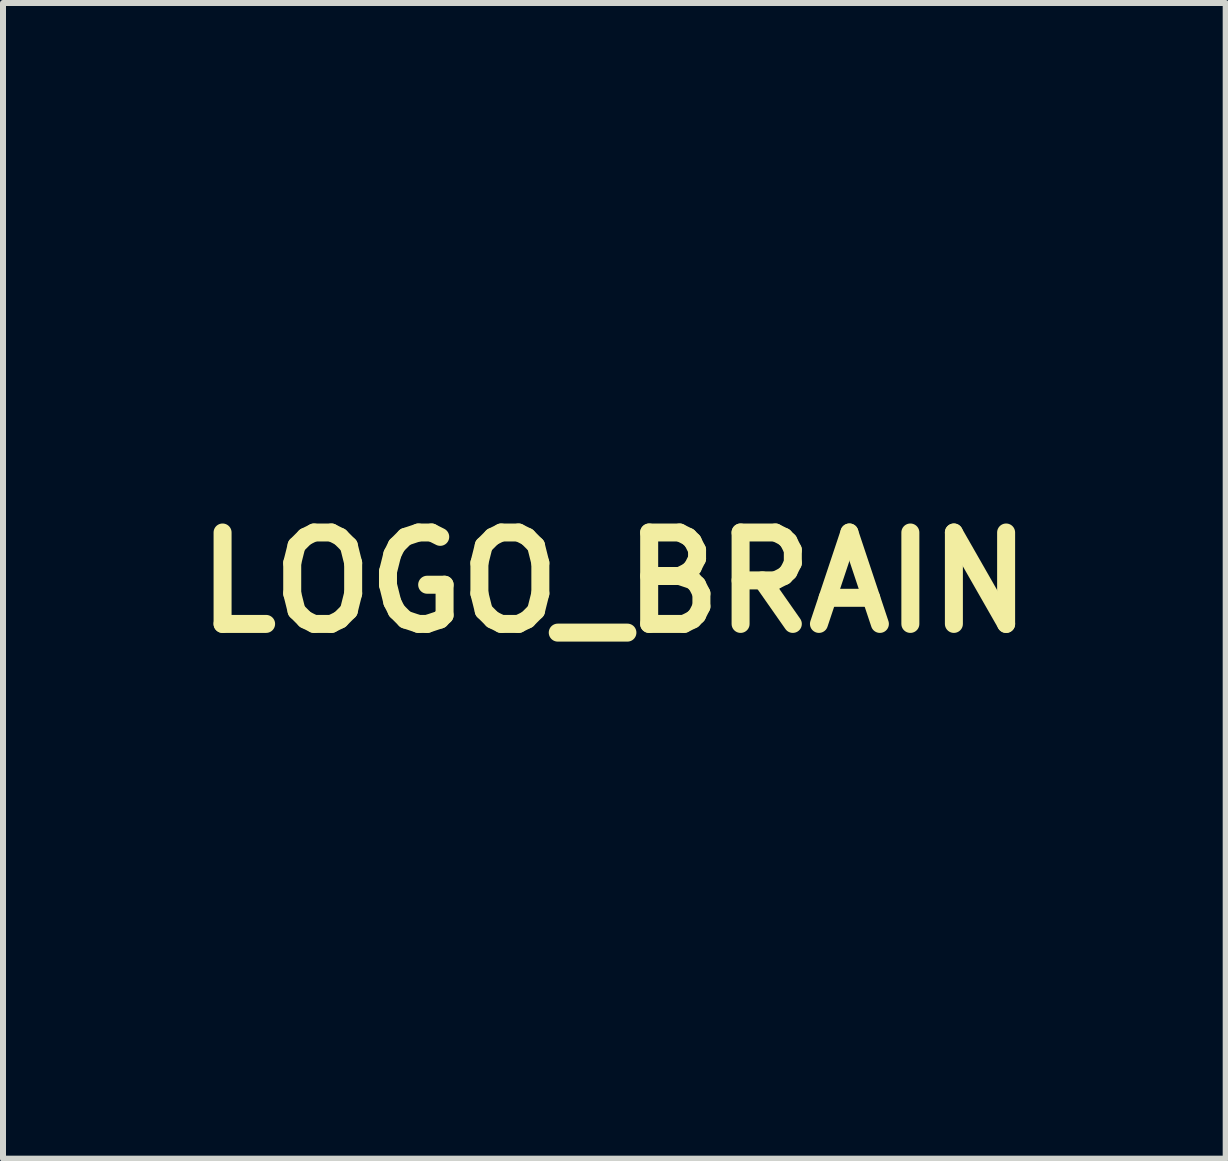
<source format=kicad_pcb>
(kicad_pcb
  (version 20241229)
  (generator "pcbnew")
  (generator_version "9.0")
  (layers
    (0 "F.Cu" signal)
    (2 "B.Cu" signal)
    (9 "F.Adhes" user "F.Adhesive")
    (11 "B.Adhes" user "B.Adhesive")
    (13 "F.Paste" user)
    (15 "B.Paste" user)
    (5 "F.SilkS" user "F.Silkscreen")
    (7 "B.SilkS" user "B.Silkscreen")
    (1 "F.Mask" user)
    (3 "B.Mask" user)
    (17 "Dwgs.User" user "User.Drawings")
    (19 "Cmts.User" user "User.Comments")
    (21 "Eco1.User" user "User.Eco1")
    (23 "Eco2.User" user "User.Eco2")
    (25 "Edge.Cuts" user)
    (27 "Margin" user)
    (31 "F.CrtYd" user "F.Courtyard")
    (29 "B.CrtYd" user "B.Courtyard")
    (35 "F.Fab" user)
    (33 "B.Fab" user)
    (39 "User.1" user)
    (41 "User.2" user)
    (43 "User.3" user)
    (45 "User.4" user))
  (footprint "LOGO_BRAIN"
    (layer "F.Cu")
    (at 7.192 6.662)
    (property "Reference" "LOGO_BRAIN" (at 0 0 0) (layer "F.SilkS") (effects (font (size 1.524 1.524) (thickness 0.3))))
    (attr through_hole)
    (fp_poly (pts (xy -1.187 -6.653) (xy -1.008 -6.633) (xy -0.847 -6.595) (xy -0.704 -6.54) (xy -0.577 -6.467) (xy -0.464 -6.375) (xy -0.364 -6.265) (xy -0.337 -6.228) (xy -0.267 -6.111) (xy -0.224 -5.994) (xy -0.209 -5.878) (xy -0.221 -5.764) (xy -0.26 -5.652) (xy -0.327 -5.541) (xy -0.345 -5.517) (xy -0.37 -5.465) (xy -0.37 -5.401) (xy -0.346 -5.324) (xy -0.329 -5.286) (xy -0.292 -5.207) (xy -0.265 -5.123) (xy -0.244 -5.028) (xy -0.229 -4.916) (xy -0.219 -4.792) (xy -0.214 -4.7) (xy -0.206 -4.601) (xy -0.199 -4.506) (xy -0.192 -4.425) (xy -0.191 -4.414) (xy -0.182 -4.255) (xy -0.186 -4.118) (xy -0.205 -4.001) (xy -0.238 -3.907) (xy -0.267 -3.857) (xy -0.296 -3.813) (xy -0.321 -3.769) (xy -0.324 -3.763) (xy -0.334 -3.739) (xy -0.337 -3.717) (xy -0.334 -3.69) (xy -0.322 -3.651) (xy -0.307 -3.605) (xy -0.275 -3.481) (xy -0.266 -3.359) (xy -0.28 -3.244) (xy -0.307 -3.159) (xy -0.329 -3.104) (xy -0.337 -3.06) (xy -0.33 -3.019) (xy -0.308 -2.973) (xy -0.276 -2.924) (xy -0.207 -2.802) (xy -0.161 -2.671) (xy -0.14 -2.537) (xy -0.141 -2.439) (xy -0.156 -2.351) (xy -0.186 -2.263) (xy -0.226 -2.183) (xy -0.272 -2.12) (xy -0.276 -2.116) (xy -0.314 -2.071) (xy -0.327 -2.032) (xy -0.318 -1.992) (xy -0.296 -1.959) (xy -0.25 -1.886) (xy -0.21 -1.797) (xy -0.178 -1.703) (xy -0.163 -1.634) (xy -0.155 -1.571) (xy -0.155 -1.519) (xy -0.161 -1.463) (xy -0.169 -1.422) (xy -0.185 -1.358) (xy -0.205 -1.294) (xy -0.225 -1.244) (xy -0.226 -1.242) (xy -0.248 -1.193) (xy -0.258 -1.155) (xy -0.255 -1.117) (xy -0.24 -1.072) (xy -0.219 -1.025) (xy -0.185 -0.935) (xy -0.169 -0.847) (xy -0.172 -0.75) (xy -0.183 -0.679) (xy -0.208 -0.575) (xy -0.241 -0.493) (xy -0.284 -0.426) (xy -0.316 -0.391) (xy -0.353 -0.351) (xy -0.368 -0.319) (xy -0.364 -0.289) (xy -0.35 -0.265) (xy -0.327 -0.224) (xy -0.301 -0.164) (xy -0.274 -0.092) (xy -0.25 -0.017) (xy -0.23 0.054) (xy -0.225 0.078) (xy -0.214 0.156) (xy -0.209 0.246) (xy -0.21 0.339) (xy -0.217 0.427) (xy -0.23 0.501) (xy -0.239 0.535) (xy -0.263 0.59) (xy -0.298 0.657) (xy -0.336 0.724) (xy -0.373 0.781) (xy -0.387 0.799) (xy -0.416 0.836) (xy -0.374 0.902) (xy -0.272 1.08) (xy -0.196 1.253) (xy -0.146 1.421) (xy -0.122 1.582) (xy -0.124 1.737) (xy -0.152 1.885) (xy -0.206 2.026) (xy -0.259 2.118) (xy -0.294 2.178) (xy -0.312 2.228) (xy -0.312 2.277) (xy -0.297 2.333) (xy -0.289 2.356) (xy -0.264 2.442) (xy -0.252 2.538) (xy -0.254 2.646) (xy -0.269 2.769) (xy -0.297 2.911) (xy -0.317 2.992) (xy -0.348 3.101) (xy -0.377 3.187) (xy -0.409 3.256) (xy -0.444 3.312) (xy -0.472 3.347) (xy -0.5 3.38) (xy -0.518 3.407) (xy -0.522 3.418) (xy -0.513 3.435) (xy -0.491 3.467) (xy -0.458 3.509) (xy -0.438 3.533) (xy -0.362 3.636) (xy -0.294 3.756) (xy -0.239 3.884) (xy -0.206 3.988) (xy -0.172 4.165) (xy -0.155 4.357) (xy -0.154 4.559) (xy -0.169 4.765) (xy -0.2 4.97) (xy -0.245 5.167) (xy -0.305 5.351) (xy -0.342 5.441) (xy -0.36 5.487) (xy -0.371 5.526) (xy -0.372 5.549) (xy -0.358 5.57) (xy -0.329 5.601) (xy -0.3 5.628) (xy -0.223 5.713) (xy -0.167 5.812) (xy -0.134 5.92) (xy -0.126 6.032) (xy -0.143 6.145) (xy -0.145 6.152) (xy -0.19 6.26) (xy -0.257 6.353) (xy -0.346 6.433) (xy -0.458 6.499) (xy -0.594 6.551) (xy -0.633 6.562) (xy -0.694 6.576) (xy -0.765 6.588) (xy -0.838 6.596) (xy -0.906 6.6) (xy -0.96 6.599) (xy -0.982 6.596) (xy -1.011 6.59) (xy -1.054 6.581) (xy -1.083 6.575) (xy -1.135 6.561) (xy -1.198 6.541) (xy -1.251 6.52) (xy -1.303 6.499) (xy -1.339 6.489) (xy -1.37 6.488) (xy -1.403 6.494) (xy -1.517 6.509) (xy -1.645 6.507) (xy -1.783 6.49) (xy -1.926 6.458) (xy -2.067 6.412) (xy -2.201 6.354) (xy -2.243 6.332) (xy -2.296 6.304) (xy -2.342 6.287) (xy -2.39 6.276) (xy -2.452 6.269) (xy -2.464 6.268) (xy -2.678 6.24) (xy -2.876 6.19) (xy -3.056 6.119) (xy -3.22 6.027) (xy -3.366 5.914) (xy -3.494 5.78) (xy -3.584 5.657) (xy -3.63 5.586) (xy -3.666 5.533) (xy -3.693 5.495) (xy -3.717 5.469) (xy -3.742 5.45) (xy -3.771 5.435) (xy -3.808 5.42) (xy -3.846 5.405) (xy -4.003 5.332) (xy -4.14 5.242) (xy -4.257 5.136) (xy -4.352 5.015) (xy -4.423 4.881) (xy -4.446 4.823) (xy -4.475 4.753) (xy -4.511 4.694) (xy -4.56 4.641) (xy -4.626 4.59) (xy -4.697 4.545) (xy -4.777 4.488) (xy -4.861 4.418) (xy -4.942 4.339) (xy -5.014 4.258) (xy -5.072 4.18) (xy -5.098 4.137) (xy -5.143 4.04) (xy -5.174 3.946) (xy -5.193 3.846) (xy -5.201 3.734) (xy -5.201 3.638) (xy -5.197 3.452) (xy -5.268 3.343) (xy -5.338 3.227) (xy -5.39 3.115) (xy -5.432 2.994) (xy -5.44 2.968) (xy -5.461 2.857) (xy -5.47 2.734) (xy -5.467 2.608) (xy -5.451 2.491) (xy -5.446 2.469) (xy -5.42 2.364) (xy -5.455 2.27) (xy -5.51 2.104) (xy -5.542 1.952) (xy -5.553 1.813) (xy -5.543 1.683) (xy -5.511 1.561) (xy -5.49 1.51) (xy -5.468 1.459) (xy -5.456 1.424) (xy -5.454 1.397) (xy -5.458 1.369) (xy -5.462 1.354) (xy -5.492 1.252) (xy -5.514 1.169) (xy -5.53 1.101) (xy -5.541 1.042) (xy -5.549 0.986) (xy -5.554 0.926) (xy -5.557 0.858) (xy -5.557 0.857) (xy -5.42 0.857) (xy -5.4 1.021) (xy -5.357 1.192) (xy -5.29 1.37) (xy -5.202 1.554) (xy -5.09 1.741) (xy -5.085 1.749) (xy -4.948 1.953) (xy -4.814 2.142) (xy -4.683 2.315) (xy -4.559 2.47) (xy -4.442 2.604) (xy -4.347 2.703) (xy -4.29 2.759) (xy -4.252 2.801) (xy -4.229 2.832) (xy -4.217 2.856) (xy -4.215 2.871) (xy -4.227 2.909) (xy -4.259 2.933) (xy -4.289 2.938) (xy -4.308 2.929) (xy -4.341 2.905) (xy -4.381 2.871) (xy -4.398 2.856) (xy -4.439 2.819) (xy -4.474 2.79) (xy -4.497 2.775) (xy -4.502 2.773) (xy -4.512 2.785) (xy -4.517 2.815) (xy -4.517 2.818) (xy -4.524 2.887) (xy -4.541 2.943) (xy -4.566 2.983) (xy -4.598 3.004) (xy -4.632 3.004) (xy -4.661 2.985) (xy -4.673 2.965) (xy -4.678 2.936) (xy -4.675 2.889) (xy -4.674 2.883) (xy -4.671 2.837) (xy -4.675 2.789) (xy -4.686 2.736) (xy -4.705 2.677) (xy -4.732 2.61) (xy -4.77 2.533) (xy -4.818 2.443) (xy -4.879 2.34) (xy -4.952 2.221) (xy -5.038 2.084) (xy -5.14 1.927) (xy -5.183 1.86) (xy -5.222 1.801) (xy -5.256 1.747) (xy -5.283 1.705) (xy -5.298 1.679) (xy -5.299 1.678) (xy -5.324 1.653) (xy -5.356 1.649) (xy -5.384 1.665) (xy -5.397 1.689) (xy -5.409 1.774) (xy -5.405 1.876) (xy -5.385 1.994) (xy -5.351 2.122) (xy -5.303 2.258) (xy -5.243 2.399) (xy -5.171 2.541) (xy -5.127 2.618) (xy -5.111 2.651) (xy -5.111 2.678) (xy -5.118 2.696) (xy -5.143 2.727) (xy -5.178 2.734) (xy -5.217 2.718) (xy -5.255 2.682) (xy -5.284 2.652) (xy -5.306 2.64) (xy -5.311 2.642) (xy -5.324 2.665) (xy -5.328 2.708) (xy -5.323 2.768) (xy -5.31 2.839) (xy -5.291 2.917) (xy -5.267 2.996) (xy -5.237 3.072) (xy -5.225 3.099) (xy -5.173 3.199) (xy -5.115 3.289) (xy -5.046 3.377) (xy -4.961 3.469) (xy -4.918 3.511) (xy -4.861 3.566) (xy -4.822 3.606) (xy -4.798 3.634) (xy -4.785 3.654) (xy -4.782 3.67) (xy -4.784 3.685) (xy -4.786 3.69) (xy -4.809 3.723) (xy -4.845 3.733) (xy -4.892 3.721) (xy -4.946 3.687) (xy -4.991 3.656) (xy -5.021 3.644) (xy -5.04 3.652) (xy -5.05 3.683) (xy -5.051 3.738) (xy -5.049 3.779) (xy -5.044 3.842) (xy -5.036 3.891) (xy -5.022 3.936) (xy -4.998 3.99) (xy -4.984 4.021) (xy -4.955 4.076) (xy -4.925 4.124) (xy -4.889 4.17) (xy -4.841 4.222) (xy -4.791 4.273) (xy -4.729 4.333) (xy -4.683 4.374) (xy -4.65 4.398) (xy -4.627 4.406) (xy -4.612 4.4) (xy -4.606 4.394) (xy -4.607 4.372) (xy -4.622 4.335) (xy -4.649 4.286) (xy -4.683 4.233) (xy -4.722 4.179) (xy -4.762 4.131) (xy -4.768 4.124) (xy -4.816 4.067) (xy -4.842 4.021) (xy -4.846 3.985) (xy -4.83 3.957) (xy -4.797 3.94) (xy -4.756 3.947) (xy -4.707 3.98) (xy -4.673 4.013) (xy -4.597 4.1) (xy -4.53 4.198) (xy -4.47 4.31) (xy -4.415 4.439) (xy -4.363 4.591) (xy -4.331 4.7) (xy -4.299 4.8) (xy -4.264 4.881) (xy -4.22 4.952) (xy -4.163 5.02) (xy -4.125 5.059) (xy -4.01 5.156) (xy -3.878 5.232) (xy -3.734 5.287) (xy -3.714 5.293) (xy -3.648 5.312) (xy -3.605 5.333) (xy -3.579 5.357) (xy -3.565 5.388) (xy -3.563 5.396) (xy -3.547 5.438) (xy -3.516 5.496) (xy -3.474 5.561) (xy -3.426 5.629) (xy -3.375 5.693) (xy -3.329 5.743) (xy -3.209 5.851) (xy -3.084 5.937) (xy -2.945 6.005) (xy -2.831 6.046) (xy -2.751 6.069) (xy -2.695 6.08) (xy -2.662 6.079) (xy -2.65 6.067) (xy -2.65 6.065) (xy -2.659 6.049) (xy -2.684 6.019) (xy -2.721 5.979) (xy -2.755 5.945) (xy -2.82 5.879) (xy -2.881 5.812) (xy -2.934 5.748) (xy -2.977 5.692) (xy -3.007 5.646) (xy -3.02 5.615) (xy -3.021 5.61) (xy -3.01 5.572) (xy -2.978 5.55) (xy -2.95 5.547) (xy -2.929 5.551) (xy -2.905 5.567) (xy -2.874 5.597) (xy -2.832 5.645) (xy -2.824 5.654) (xy -2.681 5.814) (xy -2.529 5.956) (xy -2.372 6.079) (xy -2.211 6.181) (xy -2.049 6.262) (xy -1.888 6.319) (xy -1.731 6.352) (xy -1.648 6.36) (xy -1.595 6.361) (xy -1.564 6.359) (xy -1.549 6.353) (xy -1.545 6.342) (xy -1.545 6.34) (xy -1.554 6.323) (xy -1.579 6.29) (xy -1.618 6.244) (xy -1.668 6.188) (xy -1.726 6.126) (xy -1.741 6.11) (xy -1.832 6.017) (xy -1.923 5.932) (xy -2.018 5.85) (xy -2.119 5.769) (xy -2.232 5.686) (xy -2.359 5.598) (xy -2.505 5.502) (xy -2.607 5.437) (xy -2.706 5.374) (xy -2.785 5.322) (xy -2.849 5.278) (xy -2.903 5.237) (xy -2.952 5.198) (xy -2.999 5.155) (xy -3.041 5.114) (xy -3.117 5.037) (xy -3.176 4.969) (xy -3.223 4.903) (xy -3.249 4.86) (xy -3.287 4.797) (xy -3.318 4.758) (xy -3.346 4.741) (xy -3.375 4.746) (xy -3.41 4.771) (xy -3.45 4.81) (xy -3.5 4.857) (xy -3.557 4.902) (xy -3.614 4.943) (xy -3.666 4.975) (xy -3.708 4.994) (xy -3.727 4.998) (xy -3.77 4.987) (xy -3.796 4.959) (xy -3.801 4.923) (xy -3.794 4.899) (xy -3.775 4.877) (xy -3.739 4.85) (xy -3.707 4.831) (xy -3.597 4.752) (xy -3.512 4.662) (xy -3.452 4.56) (xy -3.417 4.449) (xy -3.407 4.328) (xy -3.423 4.198) (xy -3.464 4.059) (xy -3.5 3.975) (xy -3.528 3.916) (xy -3.558 3.861) (xy -3.583 3.817) (xy -3.588 3.808) (xy -3.64 3.742) (xy -3.704 3.676) (xy -3.773 3.616) (xy -3.838 3.571) (xy -3.855 3.561) (xy -3.899 3.541) (xy -3.936 3.529) (xy -3.979 3.524) (xy -4.037 3.523) (xy -4.05 3.523) (xy -4.176 3.535) (xy -4.288 3.569) (xy -4.388 3.624) (xy -4.436 3.653) (xy -4.471 3.664) (xy -4.5 3.658) (xy -4.519 3.643) (xy -4.542 3.608) (xy -4.538 3.57) (xy -4.507 3.529) (xy -4.449 3.484) (xy -4.366 3.437) (xy -4.357 3.433) (xy -4.313 3.41) (xy -4.279 3.39) (xy -4.263 3.378) (xy -4.263 3.377) (xy -4.266 3.361) (xy -4.291 3.343) (xy -4.333 3.326) (xy -4.385 3.314) (xy -4.394 3.312) (xy -4.439 3.304) (xy -4.464 3.293) (xy -4.478 3.274) (xy -4.482 3.265) (xy -4.485 3.225) (xy -4.466 3.195) (xy -4.43 3.177) (xy -4.381 3.171) (xy -4.322 3.179) (xy -4.257 3.201) (xy -4.249 3.205) (xy -4.198 3.234) (xy -4.145 3.273) (xy -4.123 3.293) (xy -4.084 3.326) (xy -4.046 3.35) (xy -4.027 3.357) (xy -3.959 3.374) (xy -3.885 3.398) (xy -3.813 3.424) (xy -3.753 3.451) (xy -3.716 3.472) (xy -3.679 3.501) (xy -3.632 3.543) (xy -3.585 3.589) (xy -3.577 3.598) (xy -3.52 3.656) (xy -3.478 3.699) (xy -3.446 3.729) (xy -3.42 3.75) (xy -3.396 3.766) (xy -3.371 3.781) (xy -3.349 3.791) (xy -3.327 3.799) (xy -3.299 3.804) (xy -3.262 3.807) (xy -3.21 3.807) (xy -3.138 3.807) (xy -3.074 3.806) (xy -2.916 3.807) (xy -2.778 3.816) (xy -2.653 3.834) (xy -2.536 3.862) (xy -2.418 3.902) (xy -2.326 3.941) (xy -2.276 3.962) (xy -2.241 3.973) (xy -2.214 3.974) (xy -2.188 3.967) (xy -2.146 3.947) (xy -2.119 3.916) (xy -2.105 3.87) (xy -2.101 3.802) (xy -2.101 3.799) (xy -2.098 3.731) (xy -2.088 3.687) (xy -2.07 3.662) (xy -2.042 3.652) (xy -2.034 3.652) (xy -1.996 3.659) (xy -1.974 3.681) (xy -1.964 3.724) (xy -1.963 3.752) (xy -1.959 3.818) (xy -1.946 3.899) (xy -1.927 3.984) (xy -1.905 4.062) (xy -1.893 4.095) (xy -1.828 4.225) (xy -1.738 4.348) (xy -1.625 4.464) (xy -1.491 4.57) (xy -1.338 4.667) (xy -1.168 4.751) (xy -0.984 4.822) (xy -0.787 4.878) (xy -0.774 4.881) (xy -0.713 4.897) (xy -0.674 4.912) (xy -0.654 4.931) (xy -0.646 4.956) (xy -0.645 4.969) (xy -0.65 5.004) (xy -0.664 5.026) (xy -0.693 5.036) (xy -0.738 5.035) (xy -0.803 5.022) (xy -0.877 5.003) (xy -0.938 4.987) (xy -0.978 4.979) (xy -1.003 4.977) (xy -1.019 4.982) (xy -1.026 4.988) (xy -1.037 5.004) (xy -1.039 5.028) (xy -1.034 5.067) (xy -1.03 5.086) (xy -1.023 5.164) (xy -1.028 5.251) (xy -1.045 5.337) (xy -1.057 5.375) (xy -1.082 5.411) (xy -1.119 5.43) (xy -1.154 5.43) (xy -1.184 5.413) (xy -1.197 5.382) (xy -1.195 5.334) (xy -1.185 5.292) (xy -1.17 5.2) (xy -1.174 5.116) (xy -1.2 5.036) (xy -1.248 4.959) (xy -1.32 4.882) (xy -1.417 4.803) (xy -1.481 4.759) (xy -1.559 4.706) (xy -1.622 4.66) (xy -1.676 4.617) (xy -1.729 4.571) (xy -1.788 4.515) (xy -1.847 4.456) (xy -1.987 4.328) (xy -2.14 4.214) (xy -2.298 4.118) (xy -2.458 4.043) (xy -2.593 3.997) (xy -2.687 3.975) (xy -2.789 3.959) (xy -2.89 3.949) (xy -2.981 3.947) (xy -3.055 3.952) (xy -3.057 3.952) (xy -3.13 3.969) (xy -3.183 3.995) (xy -3.224 4.034) (xy -3.242 4.06) (xy -3.255 4.084) (xy -3.263 4.109) (xy -3.267 4.14) (xy -3.266 4.185) (xy -3.263 4.247) (xy -3.246 4.385) (xy -3.217 4.526) (xy -3.177 4.66) (xy -3.137 4.761) (xy -3.086 4.848) (xy -3.012 4.94) (xy -2.918 5.034) (xy -2.807 5.128) (xy -2.682 5.217) (xy -2.629 5.252) (xy -2.497 5.334) (xy -2.37 5.417) (xy -2.25 5.496) (xy -2.141 5.571) (xy -2.047 5.637) (xy -1.971 5.694) (xy -1.943 5.716) (xy -1.9 5.753) (xy -1.844 5.804) (xy -1.777 5.867) (xy -1.704 5.937) (xy -1.631 6.01) (xy -1.602 6.039) (xy -1.504 6.137) (xy -1.42 6.216) (xy -1.347 6.279) (xy -1.282 6.329) (xy -1.221 6.367) (xy -1.16 6.397) (xy -1.096 6.421) (xy -1.031 6.439) (xy -0.971 6.448) (xy -0.894 6.449) (xy -0.808 6.443) (xy -0.723 6.432) (xy -0.647 6.415) (xy -0.623 6.407) (xy -0.556 6.383) (xy -0.507 6.363) (xy -0.468 6.341) (xy -0.43 6.315) (xy -0.403 6.293) (xy -0.34 6.226) (xy -0.297 6.145) (xy -0.276 6.055) (xy -0.277 5.964) (xy -0.3 5.874) (xy -0.347 5.793) (xy -0.347 5.793) (xy -0.384 5.752) (xy -0.426 5.717) (xy -0.442 5.707) (xy -0.492 5.678) (xy -0.554 5.722) (xy -0.645 5.778) (xy -0.739 5.813) (xy -0.843 5.83) (xy -0.861 5.832) (xy -1.009 5.828) (xy -1.156 5.797) (xy -1.303 5.739) (xy -1.451 5.653) (xy -1.598 5.54) (xy -1.655 5.489) (xy -1.709 5.441) (xy -1.763 5.395) (xy -1.81 5.358) (xy -1.832 5.341) (xy -1.911 5.296) (xy -1.996 5.262) (xy -2.082 5.24) (xy -2.162 5.232) (xy -2.229 5.239) (xy -2.242 5.244) (xy -2.29 5.251) (xy -2.326 5.235) (xy -2.346 5.202) (xy -2.353 5.169) (xy -2.343 5.145) (xy -2.335 5.136) (xy -2.303 5.114) (xy -2.266 5.101) (xy -2.238 5.09) (xy -2.228 5.077) (xy -2.228 5.075) (xy -2.245 5.062) (xy -2.283 5.047) (xy -2.337 5.032) (xy -2.4 5.019) (xy -2.468 5.008) (xy -2.498 5.005) (xy -2.552 4.998) (xy -2.586 4.989) (xy -2.607 4.975) (xy -2.617 4.964) (xy -2.63 4.934) (xy -2.624 4.903) (xy -2.621 4.896) (xy -2.61 4.877) (xy -2.595 4.866) (xy -2.567 4.861) (xy -2.521 4.86) (xy -2.512 4.86) (xy -2.411 4.869) (xy -2.298 4.892) (xy -2.182 4.927) (xy -2.074 4.972) (xy -2.038 4.991) (xy -1.986 5.021) (xy -1.942 5.049) (xy -1.912 5.071) (xy -1.905 5.079) (xy -1.885 5.099) (xy -1.849 5.127) (xy -1.805 5.159) (xy -1.798 5.163) (xy -1.744 5.204) (xy -1.684 5.255) (xy -1.632 5.306) (xy -1.63 5.308) (xy -1.509 5.426) (xy -1.382 5.524) (xy -1.253 5.6) (xy -1.123 5.653) (xy -0.996 5.682) (xy -0.927 5.687) (xy -0.825 5.68) (xy -0.735 5.654) (xy -0.655 5.61) (xy -0.586 5.544) (xy -0.524 5.456) (xy -0.469 5.345) (xy -0.419 5.209) (xy -0.393 5.118) (xy -0.342 4.9) (xy -0.313 4.687) (xy -0.304 4.467) (xy -0.306 4.373) (xy -0.318 4.199) (xy -0.342 4.047) (xy -0.378 3.914) (xy -0.429 3.798) (xy -0.494 3.696) (xy -0.574 3.604) (xy -0.578 3.601) (xy -0.636 3.55) (xy -0.691 3.514) (xy -0.752 3.49) (xy -0.826 3.476) (xy -0.913 3.469) (xy -1.104 3.446) (xy -1.3 3.398) (xy -1.499 3.327) (xy -1.695 3.235) (xy -1.867 3.134) (xy -1.957 3.068) (xy -2.058 2.979) (xy -2.142 2.897) (xy -2.212 2.825) (xy -2.269 2.773) (xy -2.316 2.737) (xy -2.358 2.717) (xy -2.4 2.709) (xy -2.447 2.714) (xy -2.502 2.729) (xy -2.547 2.744) (xy -2.745 2.797) (xy -2.948 2.825) (xy -3.152 2.826) (xy -3.356 2.801) (xy -3.549 2.751) (xy -3.696 2.695) (xy -3.819 2.629) (xy -3.922 2.551) (xy -4.007 2.459) (xy -4.023 2.438) (xy -4.059 2.386) (xy -4.094 2.332) (xy -4.127 2.274) (xy -4.16 2.208) (xy -4.196 2.132) (xy -4.234 2.043) (xy -4.276 1.938) (xy -4.324 1.814) (xy -4.379 1.668) (xy -4.41 1.586) (xy -4.457 1.468) (xy -4.515 1.341) (xy -4.58 1.212) (xy -4.649 1.085) (xy -4.719 0.967) (xy -4.787 0.862) (xy -4.85 0.777) (xy -4.862 0.762) (xy -4.878 0.743) (xy -4.908 0.706) (xy -4.949 0.657) (xy -4.998 0.597) (xy -5.049 0.535) (xy -5.107 0.465) (xy -5.152 0.413) (xy -5.185 0.377) (xy -5.209 0.354) (xy -5.229 0.342) (xy -5.245 0.337) (xy -5.252 0.336) (xy -5.275 0.339) (xy -5.293 0.35) (xy -5.311 0.376) (xy -5.335 0.421) (xy -5.338 0.426) (xy -5.389 0.558) (xy -5.416 0.703) (xy -5.42 0.857) (xy -5.557 0.857) (xy -5.557 0.854) (xy -5.556 0.696) (xy -5.539 0.558) (xy -5.507 0.438) (xy -5.457 0.333) (xy -5.403 0.255) (xy -5.366 0.209) (xy -5.344 0.177) (xy -5.334 0.156) (xy -5.335 0.137) (xy -5.345 0.116) (xy -5.347 0.111) (xy -5.36 0.078) (xy -5.376 0.028) (xy -5.392 -0.03) (xy -5.398 -0.051) (xy -5.418 -0.188) (xy -5.275 -0.188) (xy -5.254 -0.067) (xy -5.209 0.057) (xy -5.142 0.179) (xy -5.104 0.233) (xy -5.069 0.278) (xy -5.027 0.331) (xy -4.979 0.389) (xy -4.93 0.448) (xy -4.883 0.503) (xy -4.84 0.552) (xy -4.807 0.59) (xy -4.784 0.613) (xy -4.777 0.618) (xy -4.773 0.605) (xy -4.768 0.57) (xy -4.764 0.518) (xy -4.762 0.457) (xy -4.758 0.378) (xy -4.752 0.32) (xy -4.743 0.275) (xy -4.73 0.236) (xy -4.725 0.225) (xy -4.692 0.166) (xy -4.657 0.135) (xy -4.62 0.131) (xy -4.593 0.142) (xy -4.569 0.164) (xy -4.56 0.19) (xy -4.568 0.226) (xy -4.589 0.274) (xy -4.603 0.305) (xy -4.612 0.337) (xy -4.617 0.377) (xy -4.619 0.431) (xy -4.619 0.494) (xy -4.614 0.607) (xy -4.6 0.714) (xy -4.575 0.822) (xy -4.536 0.936) (xy -4.484 1.062) (xy -4.442 1.153) (xy -4.404 1.235) (xy -4.361 1.334) (xy -4.315 1.442) (xy -4.271 1.551) (xy -4.232 1.653) (xy -4.231 1.654) (xy -4.175 1.802) (xy -4.126 1.926) (xy -4.083 2.03) (xy -4.045 2.118) (xy -4.008 2.191) (xy -3.974 2.253) (xy -3.939 2.307) (xy -3.902 2.356) (xy -3.862 2.403) (xy -3.849 2.417) (xy -3.759 2.495) (xy -3.649 2.56) (xy -3.521 2.613) (xy -3.38 2.652) (xy -3.23 2.676) (xy -3.073 2.686) (xy -2.915 2.679) (xy -2.759 2.654) (xy -2.732 2.648) (xy -2.646 2.625) (xy -2.575 2.599) (xy -2.523 2.573) (xy -2.493 2.548) (xy -2.487 2.536) (xy -2.495 2.504) (xy -2.525 2.469) (xy -2.573 2.432) (xy -2.636 2.395) (xy -2.709 2.359) (xy -2.789 2.329) (xy -2.87 2.304) (xy -2.949 2.289) (xy -2.965 2.287) (xy -3.014 2.28) (xy -3.053 2.271) (xy -3.072 2.263) (xy -3.086 2.236) (xy -3.088 2.199) (xy -3.079 2.166) (xy -3.073 2.158) (xy -3.046 2.147) (xy -2.999 2.143) (xy -2.94 2.145) (xy -2.876 2.154) (xy -2.836 2.163) (xy -2.673 2.219) (xy -2.517 2.3) (xy -2.37 2.405) (xy -2.235 2.53) (xy -2.116 2.674) (xy -2.08 2.725) (xy -2.016 2.812) (xy -1.949 2.888) (xy -1.872 2.955) (xy -1.782 3.018) (xy -1.673 3.081) (xy -1.558 3.138) (xy -1.441 3.192) (xy -1.336 3.233) (xy -1.234 3.266) (xy -1.127 3.294) (xy -1.119 3.295) (xy -1.032 3.31) (xy -0.939 3.319) (xy -0.846 3.321) (xy -0.762 3.316) (xy -0.696 3.305) (xy -0.682 3.301) (xy -0.634 3.281) (xy -0.594 3.254) (xy -0.561 3.218) (xy -0.531 3.168) (xy -0.502 3.101) (xy -0.474 3.014) (xy -0.443 2.904) (xy -0.425 2.828) (xy -0.414 2.759) (xy -0.408 2.686) (xy -0.406 2.602) (xy -0.406 2.53) (xy -0.408 2.479) (xy -0.412 2.443) (xy -0.42 2.415) (xy -0.433 2.389) (xy -0.438 2.379) (xy -0.491 2.313) (xy -0.565 2.263) (xy -0.625 2.239) (xy -0.684 2.215) (xy -0.739 2.181) (xy -0.793 2.132) (xy -0.853 2.064) (xy -0.878 2.034) (xy -0.927 1.973) (xy -0.968 1.93) (xy -1.007 1.9) (xy -1.05 1.882) (xy -1.103 1.872) (xy -1.173 1.868) (xy -1.251 1.867) (xy -1.334 1.866) (xy -1.421 1.863) (xy -1.5 1.858) (xy -1.558 1.853) (xy -1.639 1.842) (xy -1.73 1.825) (xy -1.825 1.805) (xy -1.914 1.784) (xy -1.991 1.763) (xy -2.032 1.749) (xy -2.136 1.711) (xy -2.217 1.682) (xy -2.276 1.661) (xy -2.317 1.648) (xy -2.342 1.641) (xy -2.344 1.641) (xy -2.453 1.621) (xy -2.541 1.612) (xy -2.615 1.613) (xy -2.681 1.626) (xy -2.744 1.65) (xy -2.769 1.662) (xy -2.817 1.687) (xy -2.849 1.699) (xy -2.87 1.699) (xy -2.889 1.689) (xy -2.899 1.68) (xy -2.921 1.646) (xy -2.918 1.61) (xy -2.894 1.573) (xy -2.852 1.539) (xy -2.794 1.509) (xy -2.723 1.486) (xy -2.666 1.475) (xy -2.626 1.468) (xy -2.6 1.46) (xy -2.595 1.456) (xy -2.604 1.442) (xy -2.629 1.416) (xy -2.665 1.381) (xy -2.674 1.372) (xy -2.736 1.312) (xy -2.786 1.258) (xy -2.821 1.214) (xy -2.84 1.182) (xy -2.842 1.173) (xy -2.831 1.146) (xy -2.806 1.119) (xy -2.778 1.101) (xy -2.766 1.098) (xy -2.748 1.108) (xy -2.716 1.133) (xy -2.676 1.169) (xy -2.653 1.192) (xy -2.6 1.242) (xy -2.542 1.294) (xy -2.49 1.338) (xy -2.478 1.347) (xy -2.439 1.375) (xy -2.39 1.409) (xy -2.336 1.444) (xy -2.283 1.478) (xy -2.235 1.507) (xy -2.198 1.528) (xy -2.178 1.538) (xy -2.177 1.538) (xy -2.162 1.543) (xy -2.129 1.557) (xy -2.097 1.571) (xy -2.049 1.591) (xy -2.005 1.608) (xy -1.984 1.614) (xy -1.95 1.624) (xy -1.929 1.635) (xy -1.904 1.645) (xy -1.858 1.656) (xy -1.794 1.669) (xy -1.718 1.681) (xy -1.635 1.694) (xy -1.551 1.705) (xy -1.47 1.714) (xy -1.397 1.721) (xy -1.337 1.724) (xy -1.297 1.724) (xy -1.284 1.721) (xy -1.262 1.705) (xy -1.265 1.684) (xy -1.291 1.659) (xy -1.338 1.631) (xy -1.403 1.602) (xy -1.485 1.572) (xy -1.581 1.543) (xy -1.625 1.531) (xy -1.699 1.509) (xy -1.747 1.487) (xy -1.77 1.463) (xy -1.769 1.437) (xy -1.746 1.405) (xy -1.74 1.4) (xy -1.7 1.38) (xy -1.642 1.377) (xy -1.564 1.391) (xy -1.466 1.423) (xy -1.46 1.425) (xy -1.315 1.484) (xy -1.192 1.545) (xy -1.084 1.614) (xy -0.986 1.693) (xy -0.891 1.788) (xy -0.794 1.902) (xy -0.765 1.94) (xy -0.703 2.014) (xy -0.648 2.065) (xy -0.595 2.097) (xy -0.539 2.112) (xy -0.506 2.114) (xy -0.461 2.107) (xy -0.422 2.085) (xy -0.386 2.042) (xy -0.348 1.977) (xy -0.339 1.96) (xy -0.291 1.838) (xy -0.268 1.712) (xy -0.267 1.578) (xy -0.29 1.434) (xy -0.296 1.407) (xy -0.312 1.357) (xy -0.337 1.294) (xy -0.367 1.225) (xy -0.401 1.154) (xy -0.436 1.087) (xy -0.468 1.03) (xy -0.496 0.988) (xy -0.517 0.965) (xy -0.517 0.965) (xy -0.538 0.953) (xy -0.557 0.953) (xy -0.582 0.966) (xy -0.608 0.983) (xy -0.648 1.017) (xy -0.681 1.054) (xy -0.691 1.068) (xy -0.707 1.101) (xy -0.71 1.131) (xy -0.702 1.172) (xy -0.701 1.175) (xy -0.694 1.234) (xy -0.706 1.273) (xy -0.738 1.294) (xy -0.738 1.294) (xy -0.781 1.293) (xy -0.815 1.269) (xy -0.838 1.224) (xy -0.849 1.161) (xy -0.848 1.104) (xy -0.841 1.058) (xy -0.826 1.016) (xy -0.8 0.974) (xy -0.761 0.928) (xy -0.704 0.875) (xy -0.628 0.81) (xy -0.534 0.726) (xy -0.463 0.649) (xy -0.411 0.573) (xy -0.377 0.492) (xy -0.358 0.403) (xy -0.352 0.3) (xy -0.352 0.268) (xy -0.36 0.146) (xy -0.382 0.032) (xy -0.416 -0.072) (xy -0.46 -0.159) (xy -0.512 -0.227) (xy -0.548 -0.257) (xy -0.593 -0.279) (xy -0.648 -0.287) (xy -0.718 -0.284) (xy -0.808 -0.267) (xy -0.814 -0.266) (xy -0.933 -0.229) (xy -1.033 -0.177) (xy -1.114 -0.112) (xy -1.174 -0.034) (xy -1.209 0.053) (xy -1.218 0.102) (xy -1.231 0.166) (xy -1.254 0.204) (xy -1.287 0.217) (xy -1.314 0.212) (xy -1.347 0.188) (xy -1.359 0.165) (xy -1.363 0.111) (xy -1.354 0.044) (xy -1.336 -0.026) (xy -1.31 -0.09) (xy -1.288 -0.141) (xy -1.285 -0.176) (xy -1.303 -0.198) (xy -1.341 -0.212) (xy -1.345 -0.213) (xy -1.381 -0.227) (xy -1.422 -0.25) (xy -1.429 -0.255) (xy -1.467 -0.28) (xy -1.494 -0.286) (xy -1.517 -0.274) (xy -1.532 -0.259) (xy -1.557 -0.236) (xy -1.597 -0.206) (xy -1.639 -0.176) (xy -1.704 -0.141) (xy -1.759 -0.125) (xy -1.802 -0.127) (xy -1.83 -0.147) (xy -1.84 -0.185) (xy -1.84 -0.186) (xy -1.832 -0.216) (xy -1.804 -0.245) (xy -1.755 -0.276) (xy -1.737 -0.286) (xy -1.665 -0.335) (xy -1.601 -0.403) (xy -1.552 -0.481) (xy -1.549 -0.487) (xy -1.535 -0.521) (xy -1.526 -0.554) (xy -1.521 -0.594) (xy -1.518 -0.647) (xy -1.518 -0.721) (xy -1.521 -0.81) (xy -1.53 -0.889) (xy -1.547 -0.964) (xy -1.573 -1.043) (xy -1.611 -1.13) (xy -1.663 -1.233) (xy -1.675 -1.255) (xy -1.723 -1.351) (xy -1.758 -1.43) (xy -1.781 -1.5) (xy -1.793 -1.566) (xy -1.796 -1.634) (xy -1.659 -1.634) (xy -1.645 -1.546) (xy -1.642 -1.534) (xy -1.627 -1.491) (xy -1.602 -1.432) (xy -1.57 -1.365) (xy -1.538 -1.301) (xy -1.462 -1.139) (xy -1.407 -0.988) (xy -1.375 -0.844) (xy -1.364 -0.705) (xy -1.372 -0.574) (xy -1.379 -0.497) (xy -1.377 -0.441) (xy -1.364 -0.402) (xy -1.34 -0.374) (xy -1.318 -0.36) (xy -1.28 -0.35) (xy -1.22 -0.346) (xy -1.144 -0.348) (xy -1.057 -0.356) (xy -0.965 -0.369) (xy -0.872 -0.388) (xy -0.835 -0.396) (xy -0.688 -0.439) (xy -0.56 -0.488) (xy -0.443 -0.547) (xy -0.439 -0.549) (xy -0.379 -0.599) (xy -0.337 -0.664) (xy -0.316 -0.743) (xy -0.316 -0.83) (xy -0.337 -0.922) (xy -0.363 -0.983) (xy -0.417 -1.07) (xy -0.487 -1.158) (xy -0.569 -1.24) (xy -0.657 -1.314) (xy -0.747 -1.375) (xy -0.834 -1.418) (xy -0.882 -1.433) (xy -0.919 -1.453) (xy -0.938 -1.485) (xy -0.94 -1.521) (xy -0.923 -1.553) (xy -0.892 -1.572) (xy -0.857 -1.572) (xy -0.806 -1.557) (xy -0.742 -1.53) (xy -0.672 -1.494) (xy -0.6 -1.451) (xy -0.531 -1.403) (xy -0.47 -1.354) (xy -0.469 -1.352) (xy -0.422 -1.317) (xy -0.386 -1.306) (xy -0.357 -1.321) (xy -0.332 -1.36) (xy -0.327 -1.373) (xy -0.311 -1.439) (xy -0.304 -1.521) (xy -0.306 -1.606) (xy -0.319 -1.684) (xy -0.323 -1.699) (xy -0.345 -1.754) (xy -0.378 -1.816) (xy -0.418 -1.877) (xy -0.458 -1.93) (xy -0.494 -1.966) (xy -0.496 -1.968) (xy -0.527 -1.983) (xy -0.575 -1.995) (xy -0.643 -2.004) (xy -0.668 -2.007) (xy -0.882 -2.039) (xy -1.093 -2.097) (xy -1.137 -2.113) (xy -1.205 -2.135) (xy -1.255 -2.144) (xy -1.294 -2.14) (xy -1.328 -2.122) (xy -1.345 -2.108) (xy -1.367 -2.094) (xy -1.407 -2.075) (xy -1.458 -2.052) (xy -1.471 -2.047) (xy -1.528 -2.021) (xy -1.564 -2) (xy -1.584 -1.979) (xy -1.59 -1.966) (xy -1.632 -1.84) (xy -1.654 -1.731) (xy -1.659 -1.634) (xy -1.796 -1.634) (xy -1.796 -1.635) (xy -1.795 -1.687) (xy -1.79 -1.753) (xy -1.781 -1.821) (xy -1.772 -1.877) (xy -1.77 -1.884) (xy -1.761 -1.929) (xy -1.759 -1.957) (xy -1.766 -1.976) (xy -1.777 -1.99) (xy -1.815 -2.013) (xy -1.848 -2.018) (xy -1.891 -2.022) (xy -1.925 -2.03) (xy -2.012 -2.066) (xy -2.077 -2.095) (xy -2.121 -2.121) (xy -2.15 -2.145) (xy -2.164 -2.171) (xy -2.169 -2.2) (xy -2.169 -2.205) (xy -2.164 -2.241) (xy -2.145 -2.263) (xy -2.136 -2.268) (xy -2.113 -2.274) (xy -2.089 -2.27) (xy -2.056 -2.252) (xy -2.037 -2.239) (xy -1.989 -2.212) (xy -1.939 -2.189) (xy -1.916 -2.181) (xy -1.872 -2.169) (xy -1.835 -2.157) (xy -1.83 -2.155) (xy -1.793 -2.148) (xy -1.739 -2.147) (xy -1.675 -2.152) (xy -1.61 -2.16) (xy -1.552 -2.172) (xy -1.527 -2.18) (xy -1.487 -2.198) (xy -1.466 -2.216) (xy -1.458 -2.241) (xy -1.458 -2.243) (xy -1.46 -2.268) (xy -1.473 -2.295) (xy -1.503 -2.331) (xy -1.524 -2.354) (xy -1.58 -2.414) (xy -1.62 -2.465) (xy -1.652 -2.518) (xy -1.676 -2.567) (xy -1.695 -2.626) (xy -1.692 -2.67) (xy -1.669 -2.698) (xy -1.658 -2.703) (xy -1.622 -2.71) (xy -1.593 -2.699) (xy -1.566 -2.666) (xy -1.543 -2.625) (xy -1.504 -2.562) (xy -1.447 -2.492) (xy -1.379 -2.424) (xy -1.308 -2.363) (xy -1.239 -2.317) (xy -1.228 -2.311) (xy -1.141 -2.271) (xy -1.039 -2.233) (xy -0.929 -2.199) (xy -0.818 -2.171) (xy -0.715 -2.152) (xy -0.626 -2.142) (xy -0.605 -2.142) (xy -0.538 -2.149) (xy -0.469 -2.168) (xy -0.409 -2.196) (xy -0.369 -2.226) (xy -0.345 -2.26) (xy -0.32 -2.31) (xy -0.301 -2.358) (xy -0.285 -2.41) (xy -0.278 -2.451) (xy -0.278 -2.495) (xy -0.284 -2.552) (xy -0.284 -2.554) (xy -0.306 -2.656) (xy -0.341 -2.75) (xy -0.386 -2.829) (xy -0.428 -2.877) (xy -0.477 -2.917) (xy -0.518 -2.938) (xy -0.557 -2.941) (xy -0.603 -2.929) (xy -0.606 -2.928) (xy -0.65 -2.917) (xy -0.709 -2.907) (xy -0.771 -2.901) (xy -0.777 -2.9) (xy -0.835 -2.898) (xy -0.872 -2.9) (xy -0.896 -2.906) (xy -0.911 -2.917) (xy -0.926 -2.949) (xy -0.921 -2.985) (xy -0.901 -3.01) (xy -0.88 -3.017) (xy -0.841 -3.024) (xy -0.81 -3.029) (xy -0.702 -3.049) (xy -0.607 -3.081) (xy -0.531 -3.123) (xy -0.51 -3.138) (xy -0.466 -3.18) (xy -0.438 -3.22) (xy -0.421 -3.266) (xy -0.413 -3.325) (xy -0.412 -3.387) (xy -0.414 -3.452) (xy -0.419 -3.497) (xy -0.429 -3.533) (xy -0.443 -3.563) (xy -0.47 -3.603) (xy -0.5 -3.63) (xy -0.536 -3.644) (xy -0.585 -3.646) (xy -0.649 -3.637) (xy -0.733 -3.617) (xy -0.755 -3.611) (xy -0.87 -3.575) (xy -0.958 -3.535) (xy -1.021 -3.49) (xy -1.03 -3.481) (xy -1.051 -3.453) (xy -1.08 -3.408) (xy -1.111 -3.353) (xy -1.126 -3.325) (xy -1.158 -3.266) (xy -1.183 -3.228) (xy -1.203 -3.208) (xy -1.22 -3.201) (xy -1.254 -3.207) (xy -1.285 -3.228) (xy -1.303 -3.256) (xy -1.304 -3.264) (xy -1.298 -3.284) (xy -1.282 -3.323) (xy -1.259 -3.373) (xy -1.242 -3.408) (xy -1.216 -3.462) (xy -1.197 -3.508) (xy -1.187 -3.54) (xy -1.186 -3.551) (xy -1.204 -3.57) (xy -1.232 -3.586) (xy -1.309 -3.619) (xy -1.365 -3.645) (xy -1.406 -3.669) (xy -1.437 -3.693) (xy -1.452 -3.707) (xy -1.486 -3.753) (xy -1.496 -3.794) (xy -1.484 -3.828) (xy -1.448 -3.849) (xy -1.448 -3.849) (xy -1.422 -3.848) (xy -1.384 -3.829) (xy -1.347 -3.803) (xy -1.286 -3.762) (xy -1.225 -3.736) (xy -1.157 -3.721) (xy -1.073 -3.715) (xy -1.037 -3.715) (xy -0.981 -3.717) (xy -0.93 -3.722) (xy -0.877 -3.731) (xy -0.815 -3.747) (xy -0.735 -3.771) (xy -0.721 -3.775) (xy -0.634 -3.802) (xy -0.569 -3.823) (xy -0.521 -3.841) (xy -0.486 -3.858) (xy -0.459 -3.876) (xy -0.435 -3.896) (xy -0.416 -3.915) (xy -0.381 -3.961) (xy -0.356 -4.018) (xy -0.34 -4.09) (xy -0.333 -4.18) (xy -0.333 -4.292) (xy -0.335 -4.332) (xy -0.343 -4.498) (xy -0.35 -4.639) (xy -0.358 -4.758) (xy -0.366 -4.858) (xy -0.374 -4.94) (xy -0.384 -5.009) (xy -0.396 -5.066) (xy -0.409 -5.113) (xy -0.424 -5.155) (xy -0.442 -5.193) (xy -0.453 -5.213) (xy -0.508 -5.289) (xy -0.574 -5.34) (xy -0.654 -5.37) (xy -0.749 -5.378) (xy -0.794 -5.375) (xy -0.968 -5.345) (xy -1.14 -5.288) (xy -1.31 -5.207) (xy -1.475 -5.102) (xy -1.632 -4.975) (xy -1.746 -4.862) (xy -1.789 -4.815) (xy -1.827 -4.77) (xy -1.867 -4.72) (xy -1.911 -4.66) (xy -1.964 -4.585) (xy -1.994 -4.541) (xy -2.021 -4.522) (xy -2.059 -4.518) (xy -2.092 -4.529) (xy -2.098 -4.534) (xy -2.111 -4.557) (xy -2.11 -4.588) (xy -2.095 -4.631) (xy -2.063 -4.687) (xy -2.015 -4.759) (xy -1.965 -4.828) (xy -1.942 -4.87) (xy -1.941 -4.906) (xy -1.961 -4.933) (xy -2.002 -4.948) (xy -2.06 -4.952) (xy -2.131 -4.944) (xy -2.165 -4.936) (xy -2.229 -4.924) (xy -2.274 -4.927) (xy -2.301 -4.945) (xy -2.313 -4.97) (xy -2.315 -5.009) (xy -2.292 -5.04) (xy -2.245 -5.064) (xy -2.172 -5.081) (xy -2.099 -5.09) (xy -2.031 -5.091) (xy -1.968 -5.083) (xy -1.911 -5.068) (xy -1.861 -5.054) (xy -1.819 -5.043) (xy -1.795 -5.039) (xy -1.794 -5.039) (xy -1.774 -5.047) (xy -1.741 -5.07) (xy -1.701 -5.103) (xy -1.693 -5.109) (xy -1.633 -5.159) (xy -1.559 -5.213) (xy -1.478 -5.269) (xy -1.397 -5.32) (xy -1.325 -5.362) (xy -1.272 -5.388) (xy -1.215 -5.418) (xy -1.183 -5.449) (xy -1.175 -5.482) (xy -1.192 -5.523) (xy -1.232 -5.574) (xy -1.252 -5.595) (xy -1.295 -5.645) (xy -1.334 -5.701) (xy -1.365 -5.756) (xy -1.383 -5.803) (xy -1.387 -5.824) (xy -1.375 -5.851) (xy -1.346 -5.874) (xy -1.312 -5.885) (xy -1.293 -5.884) (xy -1.272 -5.867) (xy -1.248 -5.834) (xy -1.229 -5.801) (xy -1.178 -5.721) (xy -1.108 -5.654) (xy -1.025 -5.6) (xy -0.933 -5.559) (xy -0.835 -5.533) (xy -0.737 -5.522) (xy -0.643 -5.529) (xy -0.557 -5.553) (xy -0.483 -5.595) (xy -0.451 -5.624) (xy -0.391 -5.705) (xy -0.358 -5.789) (xy -0.35 -5.879) (xy -0.363 -5.961) (xy -0.405 -6.072) (xy -0.471 -6.175) (xy -0.558 -6.269) (xy -0.664 -6.351) (xy -0.784 -6.418) (xy -0.917 -6.468) (xy -1.03 -6.495) (xy -1.098 -6.503) (xy -1.187 -6.509) (xy -1.29 -6.511) (xy -1.399 -6.51) (xy -1.507 -6.507) (xy -1.608 -6.501) (xy -1.694 -6.492) (xy -1.721 -6.488) (xy -1.895 -6.45) (xy -2.07 -6.393) (xy -2.242 -6.32) (xy -2.405 -6.234) (xy -2.555 -6.135) (xy -2.689 -6.028) (xy -2.802 -5.914) (xy -2.847 -5.858) (xy -2.883 -5.8) (xy -2.894 -5.754) (xy -2.881 -5.719) (xy -2.842 -5.693) (xy -2.787 -5.678) (xy -2.748 -5.668) (xy -2.696 -5.654) (xy -2.653 -5.641) (xy -2.606 -5.627) (xy -2.568 -5.62) (xy -2.548 -5.62) (xy -2.536 -5.637) (xy -2.528 -5.677) (xy -2.524 -5.735) (xy -2.514 -5.817) (xy -2.496 -5.89) (xy -2.469 -5.95) (xy -2.438 -5.991) (xy -2.408 -6.008) (xy -2.364 -6.011) (xy -2.336 -5.993) (xy -2.325 -5.958) (xy -2.333 -5.908) (xy -2.35 -5.866) (xy -2.368 -5.817) (xy -2.379 -5.761) (xy -2.384 -5.703) (xy -2.381 -5.652) (xy -2.372 -5.615) (xy -2.361 -5.601) (xy -2.339 -5.591) (xy -2.317 -5.592) (xy -2.289 -5.607) (xy -2.252 -5.636) (xy -2.201 -5.684) (xy -2.197 -5.688) (xy -2.104 -5.775) (xy -2.025 -5.841) (xy -1.96 -5.885) (xy -1.906 -5.909) (xy -1.864 -5.914) (xy -1.83 -5.901) (xy -1.82 -5.891) (xy -1.804 -5.865) (xy -1.806 -5.838) (xy -1.826 -5.807) (xy -1.867 -5.768) (xy -1.93 -5.721) (xy -1.944 -5.712) (xy -2.092 -5.593) (xy -2.225 -5.456) (xy -2.338 -5.304) (xy -2.43 -5.14) (xy -2.486 -5.002) (xy -2.504 -4.945) (xy -2.517 -4.899) (xy -2.525 -4.856) (xy -2.53 -4.809) (xy -2.531 -4.748) (xy -2.531 -4.682) (xy -2.525 -4.528) (xy -2.505 -4.397) (xy -2.471 -4.291) (xy -2.424 -4.208) (xy -2.364 -4.148) (xy -2.289 -4.111) (xy -2.2 -4.097) (xy -2.099 -4.105) (xy -1.962 -4.136) (xy -1.828 -4.18) (xy -1.7 -4.234) (xy -1.585 -4.296) (xy -1.489 -4.363) (xy -1.447 -4.4) (xy -1.367 -4.494) (xy -1.313 -4.591) (xy -1.284 -4.693) (xy -1.281 -4.803) (xy -1.288 -4.855) (xy -1.295 -4.908) (xy -1.296 -4.942) (xy -1.291 -4.967) (xy -1.283 -4.98) (xy -1.254 -5.007) (xy -1.221 -5.01) (xy -1.189 -4.991) (xy -1.163 -4.953) (xy -1.153 -4.922) (xy -1.145 -4.872) (xy -1.14 -4.816) (xy -1.14 -4.803) (xy -1.137 -4.763) (xy -1.131 -4.736) (xy -1.128 -4.731) (xy -1.117 -4.739) (xy -1.1 -4.766) (xy -1.08 -4.808) (xy -1.079 -4.809) (xy -1.051 -4.874) (xy -1.03 -4.918) (xy -1.014 -4.945) (xy -0.999 -4.959) (xy -0.983 -4.966) (xy -0.972 -4.968) (xy -0.938 -4.963) (xy -0.912 -4.937) (xy -0.902 -4.918) (xy -0.898 -4.899) (xy -0.902 -4.874) (xy -0.914 -4.835) (xy -0.928 -4.797) (xy -0.981 -4.674) (xy -1.048 -4.564) (xy -1.132 -4.462) (xy -1.236 -4.365) (xy -1.357 -4.274) (xy -1.533 -4.162) (xy -1.711 -4.075) (xy -1.896 -4.009) (xy -2.066 -3.967) (xy -2.146 -3.94) (xy -2.206 -3.896) (xy -2.244 -3.837) (xy -2.257 -3.782) (xy -2.269 -3.709) (xy -2.286 -3.627) (xy -2.307 -3.547) (xy -2.329 -3.476) (xy -2.347 -3.43) (xy -2.376 -3.379) (xy -2.411 -3.327) (xy -2.422 -3.314) (xy -2.461 -3.258) (xy -2.478 -3.201) (xy -2.478 -3.133) (xy -2.471 -3.093) (xy -2.446 -3.018) (xy -2.409 -2.965) (xy -2.362 -2.935) (xy -2.309 -2.926) (xy -2.252 -2.939) (xy -2.193 -2.973) (xy -2.136 -3.027) (xy -2.083 -3.102) (xy -2.053 -3.16) (xy -2.029 -3.231) (xy -2.018 -3.306) (xy -2.02 -3.378) (xy -2.037 -3.437) (xy -2.046 -3.453) (xy -2.064 -3.498) (xy -2.06 -3.536) (xy -2.035 -3.561) (xy -1.997 -3.57) (xy -1.96 -3.557) (xy -1.926 -3.521) (xy -1.898 -3.468) (xy -1.878 -3.401) (xy -1.868 -3.326) (xy -1.867 -3.299) (xy -1.864 -3.249) (xy -1.85 -3.221) (xy -1.821 -3.213) (xy -1.773 -3.221) (xy -1.765 -3.223) (xy -1.716 -3.235) (xy -1.659 -3.245) (xy -1.638 -3.248) (xy -1.596 -3.252) (xy -1.571 -3.249) (xy -1.555 -3.236) (xy -1.544 -3.221) (xy -1.528 -3.179) (xy -1.538 -3.145) (xy -1.573 -3.121) (xy -1.619 -3.109) (xy -1.714 -3.085) (xy -1.818 -3.041) (xy -1.933 -2.975) (xy -2.061 -2.886) (xy -2.114 -2.845) (xy -2.216 -2.754) (xy -2.314 -2.647) (xy -2.403 -2.529) (xy -2.478 -2.407) (xy -2.536 -2.287) (xy -2.56 -2.217) (xy -2.589 -2.114) (xy -2.608 -2.025) (xy -2.618 -1.94) (xy -2.621 -1.847) (xy -2.62 -1.762) (xy -2.616 -1.683) (xy -2.611 -1.623) (xy -2.603 -1.574) (xy -2.59 -1.525) (xy -2.572 -1.47) (xy -2.569 -1.462) (xy -2.524 -1.335) (xy -2.488 -1.228) (xy -2.46 -1.137) (xy -2.438 -1.057) (xy -2.423 -0.984) (xy -2.411 -0.913) (xy -2.411 -0.913) (xy -2.4 -0.824) (xy -2.398 -0.757) (xy -2.404 -0.707) (xy -2.419 -0.668) (xy -2.433 -0.649) (xy -2.443 -0.621) (xy -2.449 -0.571) (xy -2.451 -0.522) (xy -2.45 -0.466) (xy -2.445 -0.427) (xy -2.434 -0.399) (xy -2.415 -0.37) (xy -2.413 -0.367) (xy -2.385 -0.324) (xy -2.377 -0.291) (xy -2.389 -0.264) (xy -2.397 -0.255) (xy -2.434 -0.233) (xy -2.473 -0.236) (xy -2.512 -0.262) (xy -2.546 -0.309) (xy -2.575 -0.374) (xy -2.576 -0.379) (xy -2.598 -0.439) (xy -2.618 -0.473) (xy -2.638 -0.48) (xy -2.657 -0.461) (xy -2.671 -0.433) (xy -2.686 -0.371) (xy -2.69 -0.292) (xy -2.684 -0.202) (xy -2.667 -0.107) (xy -2.643 -0.016) (xy -2.61 0.066) (xy -2.606 0.073) (xy -2.546 0.169) (xy -2.469 0.253) (xy -2.383 0.317) (xy -2.372 0.324) (xy -2.335 0.343) (xy -2.302 0.355) (xy -2.265 0.361) (xy -2.215 0.363) (xy -2.169 0.364) (xy -2.106 0.363) (xy -2.061 0.36) (xy -2.024 0.351) (xy -1.986 0.335) (xy -1.938 0.311) (xy -1.888 0.286) (xy -1.855 0.272) (xy -1.834 0.269) (xy -1.817 0.273) (xy -1.804 0.281) (xy -1.776 0.314) (xy -1.771 0.341) (xy -1.775 0.364) (xy -1.79 0.384) (xy -1.822 0.407) (xy -1.85 0.424) (xy -1.894 0.449) (xy -1.93 0.469) (xy -1.95 0.48) (xy -1.971 0.503) (xy -1.969 0.534) (xy -1.953 0.556) (xy -1.898 0.621) (xy -1.866 0.673) (xy -1.856 0.714) (xy -1.867 0.746) (xy -1.886 0.762) (xy -1.924 0.775) (xy -1.963 0.762) (xy -2.005 0.723) (xy -2.022 0.7) (xy -2.061 0.657) (xy -2.117 0.611) (xy -2.18 0.568) (xy -2.241 0.535) (xy -2.277 0.522) (xy -2.365 0.509) (xy -2.464 0.512) (xy -2.563 0.531) (xy -2.602 0.543) (xy -2.666 0.566) (xy -2.709 0.58) (xy -2.737 0.585) (xy -2.756 0.583) (xy -2.77 0.573) (xy -2.78 0.564) (xy -2.8 0.527) (xy -2.792 0.492) (xy -2.757 0.458) (xy -2.695 0.425) (xy -2.694 0.425) (xy -2.65 0.405) (xy -2.615 0.389) (xy -2.599 0.379) (xy -2.597 0.365) (xy -2.618 0.353) (xy -2.657 0.346) (xy -2.695 0.343) (xy -2.763 0.35) (xy -2.824 0.373) (xy -2.886 0.416) (xy -2.911 0.437) (xy -2.96 0.477) (xy -3.017 0.516) (xy -3.048 0.534) (xy -3.147 0.602) (xy -3.234 0.691) (xy -3.305 0.794) (xy -3.319 0.822) (xy -3.343 0.872) (xy -3.359 0.913) (xy -3.368 0.954) (xy -3.373 1.006) (xy -3.375 1.064) (xy -3.376 1.156) (xy -3.368 1.238) (xy -3.35 1.317) (xy -3.321 1.401) (xy -3.278 1.497) (xy -3.261 1.532) (xy -3.232 1.592) (xy -3.208 1.644) (xy -3.192 1.683) (xy -3.185 1.704) (xy -3.185 1.704) (xy -3.197 1.736) (xy -3.23 1.754) (xy -3.256 1.757) (xy -3.287 1.749) (xy -3.318 1.723) (xy -3.352 1.676) (xy -3.392 1.606) (xy -3.402 1.586) (xy -3.468 1.428) (xy -3.509 1.273) (xy -3.526 1.122) (xy -3.518 0.977) (xy -3.486 0.84) (xy -3.429 0.713) (xy -3.413 0.686) (xy -3.389 0.645) (xy -3.375 0.613) (xy -3.373 0.597) (xy -3.388 0.583) (xy -3.42 0.567) (xy -3.429 0.563) (xy -3.507 0.527) (xy -3.586 0.473) (xy -3.669 0.399) (xy -3.756 0.303) (xy -3.852 0.184) (xy -3.87 0.159) (xy -3.947 0.054) (xy -4.009 -0.034) (xy -4.058 -0.109) (xy -4.096 -0.175) (xy -4.125 -0.236) (xy -4.148 -0.297) (xy -4.166 -0.36) (xy -4.174 -0.391) (xy -4.189 -0.444) (xy -4.206 -0.48) (xy -4.231 -0.503) (xy -4.272 -0.519) (xy -4.332 -0.532) (xy -4.343 -0.534) (xy -4.453 -0.566) (xy -4.563 -0.623) (xy -4.664 -0.699) (xy -4.753 -0.79) (xy -4.791 -0.842) (xy -4.833 -0.895) (xy -4.874 -0.921) (xy -4.915 -0.924) (xy -4.94 -0.914) (xy -4.998 -0.872) (xy -5.056 -0.807) (xy -5.113 -0.725) (xy -5.166 -0.63) (xy -5.211 -0.527) (xy -5.247 -0.422) (xy -5.27 -0.318) (xy -5.272 -0.305) (xy -5.275 -0.188) (xy -5.418 -0.188) (xy -5.418 -0.191) (xy -5.413 -0.335) (xy -5.382 -0.482) (xy -5.325 -0.634) (xy -5.298 -0.691) (xy -5.223 -0.821) (xy -5.145 -0.926) (xy -5.064 -1.004) (xy -4.979 -1.056) (xy -4.974 -1.058) (xy -4.912 -1.085) (xy -4.919 -1.157) (xy -4.925 -1.205) (xy -4.932 -1.268) (xy -4.941 -1.335) (xy -4.943 -1.352) (xy -4.949 -1.419) (xy -4.953 -1.508) (xy -4.954 -1.612) (xy -4.954 -1.67) (xy -4.816 -1.67) (xy -4.808 -1.514) (xy -4.793 -1.365) (xy -4.772 -1.228) (xy -4.744 -1.106) (xy -4.71 -1.002) (xy -4.671 -0.921) (xy -4.66 -0.904) (xy -4.613 -0.848) (xy -4.552 -0.795) (xy -4.484 -0.748) (xy -4.414 -0.709) (xy -4.345 -0.68) (xy -4.283 -0.665) (xy -4.233 -0.666) (xy -4.216 -0.672) (xy -4.195 -0.695) (xy -4.174 -0.739) (xy -4.162 -0.773) (xy -4.137 -0.846) (xy -4.11 -0.913) (xy -4.078 -0.982) (xy -4.037 -1.059) (xy -3.983 -1.151) (xy -3.981 -1.154) (xy -3.943 -1.22) (xy -3.91 -1.285) (xy -3.885 -1.34) (xy -3.871 -1.379) (xy -3.871 -1.381) (xy -3.863 -1.457) (xy -3.874 -1.541) (xy -3.906 -1.635) (xy -3.949 -1.729) (xy -3.984 -1.801) (xy -4.001 -1.856) (xy -4.003 -1.894) (xy -3.989 -1.92) (xy -3.98 -1.926) (xy -3.944 -1.936) (xy -3.908 -1.92) (xy -3.87 -1.878) (xy -3.844 -1.838) (xy -3.812 -1.783) (xy -3.786 -1.75) (xy -3.762 -1.739) (xy -3.734 -1.75) (xy -3.697 -1.781) (xy -3.657 -1.82) (xy -3.589 -1.882) (xy -3.526 -1.927) (xy -3.47 -1.954) (xy -3.423 -1.962) (xy -3.389 -1.95) (xy -3.371 -1.922) (xy -3.367 -1.882) (xy -3.387 -1.848) (xy -3.431 -1.817) (xy -3.44 -1.812) (xy -3.523 -1.755) (xy -3.593 -1.676) (xy -3.652 -1.573) (xy -3.7 -1.446) (xy -3.713 -1.402) (xy -3.726 -1.353) (xy -3.737 -1.315) (xy -3.749 -1.281) (xy -3.764 -1.247) (xy -3.785 -1.208) (xy -3.814 -1.158) (xy -3.853 -1.092) (xy -3.873 -1.057) (xy -3.933 -0.952) (xy -3.978 -0.863) (xy -4.01 -0.784) (xy -4.029 -0.709) (xy -4.04 -0.634) (xy -4.042 -0.556) (xy -4.041 -0.485) (xy -4.036 -0.43) (xy -4.025 -0.383) (xy -4.008 -0.333) (xy -4.005 -0.326) (xy -3.97 -0.249) (xy -3.92 -0.162) (xy -3.86 -0.069) (xy -3.792 0.026) (xy -3.72 0.119) (xy -3.647 0.206) (xy -3.576 0.283) (xy -3.509 0.346) (xy -3.45 0.392) (xy -3.417 0.412) (xy -3.328 0.437) (xy -3.234 0.437) (xy -3.138 0.412) (xy -3.101 0.394) (xy -3.038 0.356) (xy -2.99 0.311) (xy -2.964 0.278) (xy -2.908 0.176) (xy -2.866 0.054) (xy -2.84 -0.082) (xy -2.829 -0.23) (xy -2.833 -0.385) (xy -2.852 -0.543) (xy -2.887 -0.701) (xy -2.932 -0.839) (xy -2.995 -0.969) (xy -3.078 -1.089) (xy -3.098 -1.116) (xy -3.101 -1.137) (xy -3.089 -1.164) (xy -3.088 -1.164) (xy -3.058 -1.196) (xy -3.031 -1.206) (xy -3.008 -1.204) (xy -2.985 -1.19) (xy -2.956 -1.16) (xy -2.937 -1.137) (xy -2.902 -1.086) (xy -2.863 -1.022) (xy -2.826 -0.951) (xy -2.795 -0.883) (xy -2.772 -0.824) (xy -2.765 -0.797) (xy -2.745 -0.748) (xy -2.711 -0.707) (xy -2.67 -0.679) (xy -2.639 -0.673) (xy -2.604 -0.679) (xy -2.582 -0.693) (xy -2.566 -0.727) (xy -2.556 -0.781) (xy -2.553 -0.848) (xy -2.557 -0.919) (xy -2.562 -0.958) (xy -2.59 -1.089) (xy -2.632 -1.216) (xy -2.688 -1.343) (xy -2.761 -1.474) (xy -2.854 -1.613) (xy -2.919 -1.702) (xy -2.999 -1.811) (xy -3.061 -1.904) (xy -3.109 -1.984) (xy -3.145 -2.057) (xy -3.169 -2.125) (xy -3.186 -2.194) (xy -3.186 -2.197) (xy -3.195 -2.248) (xy -3.197 -2.28) (xy -3.192 -2.301) (xy -3.181 -2.318) (xy -3.178 -2.32) (xy -3.146 -2.342) (xy -3.11 -2.347) (xy -3.081 -2.333) (xy -3.079 -2.331) (xy -3.07 -2.309) (xy -3.057 -2.27) (xy -3.044 -2.22) (xy -3.043 -2.219) (xy -3.025 -2.156) (xy -3.002 -2.092) (xy -2.983 -2.05) (xy -2.958 -2.005) (xy -2.926 -1.955) (xy -2.891 -1.905) (xy -2.856 -1.858) (xy -2.825 -1.821) (xy -2.802 -1.799) (xy -2.793 -1.795) (xy -2.786 -1.809) (xy -2.778 -1.844) (xy -2.769 -1.896) (xy -2.763 -1.946) (xy -2.741 -2.087) (xy -2.711 -2.214) (xy -2.668 -2.336) (xy -2.622 -2.438) (xy -2.583 -2.524) (xy -2.555 -2.593) (xy -2.537 -2.65) (xy -2.528 -2.7) (xy -2.526 -2.742) (xy -2.536 -2.816) (xy -2.565 -2.875) (xy -2.617 -2.923) (xy -2.693 -2.963) (xy -2.705 -2.967) (xy -2.749 -2.985) (xy -2.783 -3.001) (xy -2.797 -3.01) (xy -2.813 -3.038) (xy -2.81 -3.075) (xy -2.789 -3.108) (xy -2.787 -3.11) (xy -2.764 -3.126) (xy -2.738 -3.127) (xy -2.71 -3.12) (xy -2.67 -3.11) (xy -2.644 -3.115) (xy -2.629 -3.137) (xy -2.621 -3.181) (xy -2.619 -3.207) (xy -2.615 -3.245) (xy -2.61 -3.276) (xy -2.599 -3.305) (xy -2.581 -3.337) (xy -2.552 -3.38) (xy -2.51 -3.438) (xy -2.506 -3.444) (xy -2.465 -3.517) (xy -2.433 -3.607) (xy -2.412 -3.704) (xy -2.404 -3.8) (xy -2.41 -3.886) (xy -2.415 -3.909) (xy -2.446 -3.974) (xy -2.499 -4.032) (xy -2.568 -4.078) (xy -2.618 -4.098) (xy -2.665 -4.103) (xy -2.719 -4.093) (xy -2.78 -4.071) (xy -2.825 -4.053) (xy -2.854 -4.046) (xy -2.875 -4.048) (xy -2.893 -4.058) (xy -2.919 -4.088) (xy -2.922 -4.125) (xy -2.901 -4.162) (xy -2.889 -4.172) (xy -2.858 -4.191) (xy -2.811 -4.212) (xy -2.765 -4.229) (xy -2.701 -4.255) (xy -2.662 -4.282) (xy -2.644 -4.316) (xy -2.643 -4.361) (xy -2.65 -4.39) (xy -2.657 -4.43) (xy -2.664 -4.489) (xy -2.67 -4.559) (xy -2.674 -4.627) (xy -2.675 -4.748) (xy -2.666 -4.858) (xy -2.646 -4.965) (xy -2.614 -5.08) (xy -2.587 -5.158) (xy -2.566 -5.22) (xy -2.55 -5.278) (xy -2.541 -5.323) (xy -2.54 -5.34) (xy -2.548 -5.392) (xy -2.575 -5.436) (xy -2.622 -5.473) (xy -2.691 -5.504) (xy -2.784 -5.532) (xy -2.828 -5.541) (xy -2.951 -5.556) (xy -3.07 -5.545) (xy -3.185 -5.508) (xy -3.298 -5.446) (xy -3.408 -5.356) (xy -3.517 -5.24) (xy -3.572 -5.171) (xy -3.663 -5.034) (xy -3.732 -4.89) (xy -3.78 -4.745) (xy -3.803 -4.603) (xy -3.805 -4.572) (xy -3.805 -4.521) (xy -3.799 -4.489) (xy -3.785 -4.466) (xy -3.78 -4.46) (xy -3.764 -4.447) (xy -3.746 -4.44) (xy -3.719 -4.437) (xy -3.675 -4.44) (xy -3.63 -4.444) (xy -3.508 -4.455) (xy -3.512 -4.545) (xy -3.512 -4.641) (xy -3.503 -4.722) (xy -3.488 -4.786) (xy -3.466 -4.831) (xy -3.44 -4.855) (xy -3.408 -4.855) (xy -3.378 -4.834) (xy -3.364 -4.815) (xy -3.357 -4.792) (xy -3.356 -4.755) (xy -3.359 -4.713) (xy -3.36 -4.63) (xy -3.35 -4.561) (xy -3.349 -4.558) (xy -3.331 -4.496) (xy -3.322 -4.613) (xy -3.309 -4.708) (xy -3.284 -4.785) (xy -3.244 -4.854) (xy -3.213 -4.893) (xy -3.17 -4.932) (xy -3.132 -4.947) (xy -3.097 -4.938) (xy -3.09 -4.934) (xy -3.066 -4.903) (xy -3.067 -4.862) (xy -3.093 -4.812) (xy -3.108 -4.794) (xy -3.147 -4.739) (xy -3.171 -4.681) (xy -3.18 -4.614) (xy -3.177 -4.531) (xy -3.171 -4.478) (xy -3.159 -4.382) (xy -3.152 -4.298) (xy -3.151 -4.221) (xy -3.158 -4.148) (xy -3.173 -4.074) (xy -3.198 -3.996) (xy -3.233 -3.911) (xy -3.279 -3.813) (xy -3.338 -3.699) (xy -3.409 -3.57) (xy -3.449 -3.484) (xy -3.481 -3.389) (xy -3.503 -3.291) (xy -3.515 -3.198) (xy -3.516 -3.114) (xy -3.504 -3.048) (xy -3.501 -3.042) (xy -3.486 -3.015) (xy -3.47 -3.008) (xy -3.461 -3.023) (xy -3.46 -3.032) (xy -3.449 -3.067) (xy -3.421 -3.09) (xy -3.385 -3.097) (xy -3.349 -3.089) (xy -3.323 -3.062) (xy -3.316 -3.03) (xy -3.318 -2.979) (xy -3.327 -2.916) (xy -3.342 -2.849) (xy -3.362 -2.783) (xy -3.374 -2.753) (xy -3.438 -2.632) (xy -3.524 -2.516) (xy -3.627 -2.412) (xy -3.741 -2.326) (xy -3.844 -2.269) (xy -3.952 -2.22) (xy -4.037 -2.178) (xy -4.104 -2.14) (xy -4.156 -2.105) (xy -4.195 -2.069) (xy -4.226 -2.029) (xy -4.251 -1.983) (xy -4.275 -1.929) (xy -4.279 -1.92) (xy -4.302 -1.867) (xy -4.322 -1.835) (xy -4.342 -1.819) (xy -4.348 -1.817) (xy -4.388 -1.819) (xy -4.417 -1.842) (xy -4.431 -1.881) (xy -4.43 -1.906) (xy -4.415 -1.959) (xy -4.389 -2.023) (xy -4.356 -2.089) (xy -4.321 -2.146) (xy -4.294 -2.18) (xy -4.267 -2.212) (xy -4.262 -2.232) (xy -4.266 -2.239) (xy -4.293 -2.248) (xy -4.33 -2.234) (xy -4.375 -2.197) (xy -4.424 -2.144) (xy -4.457 -2.12) (xy -4.495 -2.116) (xy -4.528 -2.131) (xy -4.528 -2.131) (xy -4.54 -2.156) (xy -4.545 -2.188) (xy -4.533 -2.227) (xy -4.502 -2.271) (xy -4.456 -2.316) (xy -4.403 -2.356) (xy -4.346 -2.386) (xy -4.327 -2.393) (xy -4.264 -2.409) (xy -4.206 -2.415) (xy -4.142 -2.41) (xy -4.064 -2.394) (xy -4.062 -2.393) (xy -3.967 -2.37) (xy -3.868 -2.417) (xy -3.807 -2.453) (xy -3.742 -2.5) (xy -3.679 -2.555) (xy -3.624 -2.611) (xy -3.581 -2.664) (xy -3.557 -2.708) (xy -3.557 -2.709) (xy -3.55 -2.737) (xy -3.55 -2.764) (xy -3.559 -2.798) (xy -3.579 -2.847) (xy -3.581 -2.852) (xy -3.626 -2.993) (xy -3.645 -3.141) (xy -3.638 -3.293) (xy -3.604 -3.45) (xy -3.545 -3.61) (xy -3.483 -3.731) (xy -3.439 -3.811) (xy -3.409 -3.876) (xy -3.389 -3.931) (xy -3.377 -3.983) (xy -3.373 -4.04) (xy -3.372 -4.078) (xy -3.377 -4.162) (xy -3.393 -4.222) (xy -3.424 -4.263) (xy -3.472 -4.287) (xy -3.541 -4.298) (xy -3.585 -4.299) (xy -3.684 -4.29) (xy -3.769 -4.263) (xy -3.845 -4.215) (xy -3.91 -4.152) (xy -3.979 -4.067) (xy -4.042 -3.974) (xy -4.096 -3.878) (xy -4.139 -3.784) (xy -4.167 -3.698) (xy -4.179 -3.626) (xy -4.178 -3.587) (xy -4.172 -3.567) (xy -4.155 -3.56) (xy -4.146 -3.558) (xy -4.103 -3.544) (xy -4.082 -3.516) (xy -4.078 -3.482) (xy -4.091 -3.417) (xy -4.129 -3.344) (xy -4.191 -3.263) (xy -4.274 -3.18) (xy -4.398 -3.058) (xy -4.501 -2.935) (xy -4.587 -2.808) (xy -4.657 -2.671) (xy -4.713 -2.523) (xy -4.755 -2.359) (xy -4.786 -2.176) (xy -4.806 -1.991) (xy -4.815 -1.83) (xy -4.816 -1.67) (xy -4.954 -1.67) (xy -4.954 -1.726) (xy -4.951 -1.844) (xy -4.946 -1.961) (xy -4.94 -2.07) (xy -4.933 -2.166) (xy -4.923 -2.243) (xy -4.922 -2.249) (xy -4.876 -2.467) (xy -4.81 -2.669) (xy -4.724 -2.854) (xy -4.619 -3.02) (xy -4.495 -3.166) (xy -4.426 -3.232) (xy -4.393 -3.263) (xy -4.375 -3.287) (xy -4.368 -3.316) (xy -4.366 -3.359) (xy -4.366 -3.371) (xy -4.359 -3.479) (xy -4.337 -3.601) (xy -4.305 -3.727) (xy -4.264 -3.85) (xy -4.216 -3.961) (xy -4.195 -4.002) (xy -4.164 -4.052) (xy -4.123 -4.113) (xy -4.077 -4.175) (xy -4.058 -4.201) (xy -4.021 -4.248) (xy -3.994 -4.286) (xy -3.976 -4.322) (xy -3.964 -4.361) (xy -3.957 -4.409) (xy -3.952 -4.474) (xy -3.949 -4.545) (xy -3.927 -4.727) (xy -3.88 -4.901) (xy -3.807 -5.067) (xy -3.708 -5.227) (xy -3.583 -5.38) (xy -3.525 -5.441) (xy -3.467 -5.497) (xy -3.418 -5.538) (xy -3.37 -5.572) (xy -3.315 -5.603) (xy -3.259 -5.631) (xy -3.188 -5.667) (xy -3.139 -5.695) (xy -3.108 -5.72) (xy -3.091 -5.742) (xy -3.031 -5.84) (xy -2.96 -5.94) (xy -2.887 -6.03) (xy -2.859 -6.061) (xy -2.711 -6.197) (xy -2.542 -6.319) (xy -2.357 -6.425) (xy -2.159 -6.513) (xy -1.954 -6.581) (xy -1.744 -6.627) (xy -1.606 -6.645) (xy -1.386 -6.657) (xy -1.187 -6.653)) (stroke (width 0.01) (type solid)) (fill yes) (layer "F.Mask"))
    (fp_poly (pts (xy 2.127 -6.395) (xy 2.183 -6.339) (xy 2.232 -6.291) (xy 2.271 -6.252) (xy 2.296 -6.226) (xy 2.304 -6.216) (xy 2.319 -6.212) (xy 2.355 -6.209) (xy 2.408 -6.206) (xy 2.457 -6.206) (xy 2.606 -6.206) (xy 3.204 -5.605) (xy 3.803 -5.004) (xy 3.803 -4.652) (xy 3.803 -4.299) (xy 3.995 -4.108) (xy 4.188 -3.918) (xy 4.188 -3.212) (xy 4.441 -2.948) (xy 4.695 -2.684) (xy 4.696 -1.687) (xy 5.087 -1.293) (xy 5.478 -0.899) (xy 5.478 -0.418) (xy 5.478 0.062) (xy 5.381 0.157) (xy 5.284 0.251) (xy 5.381 0.349) (xy 5.478 0.447) (xy 5.478 1.067) (xy 5.367 1.178) (xy 5.256 1.288) (xy 5.367 1.396) (xy 5.478 1.503) (xy 5.478 1.788) (xy 5.478 2.072) (xy 5.379 2.169) (xy 5.281 2.266) (xy 5.379 2.366) (xy 5.478 2.465) (xy 5.478 2.822) (xy 5.478 3.178) (xy 5.265 3.394) (xy 5.053 3.609) (xy 5.053 4.25) (xy 4.73 4.572) (xy 4.407 4.894) (xy 4.407 5.046) (xy 4.136 5.317) (xy 3.865 5.588) (xy 3.541 5.588) (xy 3.309 5.821) (xy 3.078 6.055) (xy 2.368 6.055) (xy 2.245 6.178) (xy 2.122 6.302) (xy 1.359 6.302) (xy 1.24 6.426) (xy 1.121 6.549) (xy 0.39 6.549) (xy 0.264 6.413) (xy 0.137 6.277) (xy 0.137 5.596) (xy 0.294 5.437) (xy 0.202 5.344) (xy 0.11 5.251) (xy 0.11 3.648) (xy 0.247 3.648) (xy 0.247 5.18) (xy 0.415 5.353) (xy 0.473 5.413) (xy 0.527 5.469) (xy 0.574 5.518) (xy 0.609 5.554) (xy 0.624 5.57) (xy 0.647 5.592) (xy 0.667 5.606) (xy 0.694 5.612) (xy 0.736 5.615) (xy 0.776 5.615) (xy 0.886 5.615) (xy 1.261 5.232) (xy 1.843 5.232) (xy 1.85 5.25) (xy 1.875 5.278) (xy 1.907 5.286) (xy 1.938 5.274) (xy 1.95 5.258) (xy 1.958 5.229) (xy 1.945 5.199) (xy 1.943 5.196) (xy 1.922 5.169) (xy 1.902 5.165) (xy 1.873 5.182) (xy 1.866 5.188) (xy 1.844 5.21) (xy 1.843 5.232) (xy 1.261 5.232) (xy 1.323 5.169) (xy 1.673 4.812) (xy 2.17 4.812) (xy 2.186 4.844) (xy 2.208 4.859) (xy 2.234 4.855) (xy 2.253 4.846) (xy 2.275 4.821) (xy 2.276 4.788) (xy 2.258 4.759) (xy 2.236 4.745) (xy 2.208 4.751) (xy 2.203 4.753) (xy 2.176 4.778) (xy 2.17 4.812) (xy 1.673 4.812) (xy 1.76 4.723) (xy 1.894 4.723) (xy 1.956 4.723) (xy 1.997 4.721) (xy 2.022 4.716) (xy 2.038 4.706) (xy 2.05 4.691) (xy 2.052 4.688) (xy 2.099 4.638) (xy 2.159 4.608) (xy 2.224 4.599) (xy 2.289 4.611) (xy 2.348 4.642) (xy 2.395 4.692) (xy 2.405 4.709) (xy 2.426 4.776) (xy 2.424 4.843) (xy 2.399 4.905) (xy 2.354 4.956) (xy 2.291 4.99) (xy 2.275 4.995) (xy 2.207 5.005) (xy 2.149 4.992) (xy 2.095 4.956) (xy 2.071 4.932) (xy 2.014 4.87) (xy 1.916 4.872) (xy 1.819 4.874) (xy 1.69 5.008) (xy 1.561 5.142) (xy 1.629 5.146) (xy 1.67 5.146) (xy 1.7 5.139) (xy 1.729 5.119) (xy 1.752 5.097) (xy 1.795 5.063) (xy 1.843 5.035) (xy 1.865 5.026) (xy 1.901 5.015) (xy 1.926 5.015) (xy 1.952 5.028) (xy 1.98 5.047) (xy 2.039 5.096) (xy 2.076 5.147) (xy 2.094 5.206) (xy 2.097 5.227) (xy 2.098 5.276) (xy 2.087 5.314) (xy 2.071 5.341) (xy 2.021 5.394) (xy 1.96 5.426) (xy 1.894 5.436) (xy 1.828 5.423) (xy 1.769 5.387) (xy 1.763 5.381) (xy 1.736 5.351) (xy 1.719 5.325) (xy 1.716 5.318) (xy 1.709 5.309) (xy 1.687 5.304) (xy 1.645 5.301) (xy 1.579 5.3) (xy 1.561 5.3) (xy 1.405 5.3) (xy 1.173 5.533) (xy 0.942 5.766) (xy 0.61 5.766) (xy 0.501 5.657) (xy 0.392 5.547) (xy 0.34 5.598) (xy 0.288 5.648) (xy 0.288 6.226) (xy 0.379 6.317) (xy 0.47 6.409) (xy 0.76 6.411) (xy 1.05 6.413) (xy 1.172 6.282) (xy 1.293 6.152) (xy 1.388 6.148) (xy 1.483 6.144) (xy 2.368 5.259) (xy 3.254 4.374) (xy 3.254 3.872) (xy 3.027 3.87) (xy 2.951 3.869) (xy 2.884 3.868) (xy 2.831 3.867) (xy 2.798 3.867) (xy 2.788 3.866) (xy 2.778 3.869) (xy 2.759 3.882) (xy 2.73 3.906) (xy 2.689 3.943) (xy 2.634 3.995) (xy 2.562 4.064) (xy 2.538 4.087) (xy 2.392 4.229) (xy 1.585 4.229) (xy 1.361 4.453) (xy 1.289 4.526) (xy 1.235 4.582) (xy 1.195 4.623) (xy 1.17 4.654) (xy 1.155 4.675) (xy 1.149 4.69) (xy 1.15 4.702) (xy 1.152 4.707) (xy 1.165 4.752) (xy 1.166 4.81) (xy 1.157 4.868) (xy 1.14 4.911) (xy 1.096 4.96) (xy 1.038 4.99) (xy 0.973 5.001) (xy 0.908 4.993) (xy 0.848 4.966) (xy 0.802 4.92) (xy 0.796 4.911) (xy 0.775 4.854) (xy 0.772 4.809) (xy 0.915 4.809) (xy 0.942 4.848) (xy 0.968 4.86) (xy 0.996 4.846) (xy 1.007 4.835) (xy 1.022 4.802) (xy 1.012 4.77) (xy 0.987 4.75) (xy 0.963 4.745) (xy 0.937 4.761) (xy 0.933 4.764) (xy 0.916 4.79) (xy 0.915 4.809) (xy 0.772 4.809) (xy 0.77 4.786) (xy 0.783 4.721) (xy 0.79 4.703) (xy 0.823 4.66) (xy 0.873 4.625) (xy 0.93 4.603) (xy 0.963 4.599) (xy 0.979 4.598) (xy 0.997 4.591) (xy 1.019 4.577) (xy 1.048 4.554) (xy 1.086 4.519) (xy 1.137 4.47) (xy 1.204 4.405) (xy 1.239 4.37) (xy 1.469 4.14) (xy 1.469 4.052) (xy 1.468 4.003) (xy 1.463 3.972) (xy 1.449 3.949) (xy 1.423 3.924) (xy 1.415 3.917) (xy 1.365 3.86) (xy 1.341 3.796) (xy 1.343 3.762) (xy 1.483 3.762) (xy 1.494 3.795) (xy 1.521 3.813) (xy 1.555 3.813) (xy 1.585 3.795) (xy 1.603 3.773) (xy 1.602 3.755) (xy 1.584 3.732) (xy 1.551 3.711) (xy 1.518 3.711) (xy 1.493 3.73) (xy 1.483 3.762) (xy 1.343 3.762) (xy 1.344 3.726) (xy 1.347 3.714) (xy 1.377 3.647) (xy 1.424 3.597) (xy 1.483 3.567) (xy 1.549 3.558) (xy 1.617 3.573) (xy 1.662 3.597) (xy 1.709 3.647) (xy 1.736 3.708) (xy 1.742 3.775) (xy 1.728 3.841) (xy 1.693 3.9) (xy 1.665 3.928) (xy 1.632 3.964) (xy 1.617 4.012) (xy 1.616 4.019) (xy 1.609 4.078) (xy 2.337 4.078) (xy 2.52 3.899) (xy 2.703 3.721) (xy 3.307 3.721) (xy 3.714 3.295) (xy 3.919 3.294) (xy 4.001 3.294) (xy 4.06 3.292) (xy 4.103 3.287) (xy 4.135 3.277) (xy 4.161 3.261) (xy 4.187 3.237) (xy 4.218 3.204) (xy 4.22 3.201) (xy 4.251 3.169) (xy 4.286 3.135) (xy 4.288 3.133) (xy 4.312 3.107) (xy 4.32 3.081) (xy 4.317 3.043) (xy 4.317 3.039) (xy 4.318 2.993) (xy 4.467 2.993) (xy 4.468 3.027) (xy 4.481 3.053) (xy 4.508 3.061) (xy 4.517 3.062) (xy 4.549 3.056) (xy 4.564 3.035) (xy 4.566 3.027) (xy 4.566 2.989) (xy 4.546 2.961) (xy 4.517 2.952) (xy 4.485 2.964) (xy 4.467 2.993) (xy 4.318 2.993) (xy 4.319 2.967) (xy 4.344 2.904) (xy 4.388 2.854) (xy 4.448 2.821) (xy 4.517 2.809) (xy 4.589 2.821) (xy 4.648 2.854) (xy 4.691 2.903) (xy 4.714 2.965) (xy 4.716 3.034) (xy 4.698 3.094) (xy 4.658 3.154) (xy 4.601 3.193) (xy 4.531 3.21) (xy 4.489 3.208) (xy 4.457 3.205) (xy 4.433 3.208) (xy 4.41 3.22) (xy 4.382 3.245) (xy 4.346 3.281) (xy 4.31 3.319) (xy 4.285 3.352) (xy 4.275 3.372) (xy 4.276 3.375) (xy 4.294 3.383) (xy 4.332 3.384) (xy 4.349 3.383) (xy 4.42 3.386) (xy 4.479 3.411) (xy 4.525 3.451) (xy 4.556 3.503) (xy 4.571 3.562) (xy 4.569 3.623) (xy 4.548 3.682) (xy 4.507 3.733) (xy 4.462 3.764) (xy 4.395 3.786) (xy 4.327 3.782) (xy 4.264 3.754) (xy 4.211 3.704) (xy 4.204 3.693) (xy 4.184 3.657) (xy 4.176 3.619) (xy 4.176 3.597) (xy 4.315 3.597) (xy 4.325 3.617) (xy 4.354 3.636) (xy 4.389 3.635) (xy 4.417 3.617) (xy 4.421 3.611) (xy 4.428 3.575) (xy 4.412 3.545) (xy 4.38 3.529) (xy 4.372 3.529) (xy 4.34 3.539) (xy 4.32 3.566) (xy 4.315 3.597) (xy 4.176 3.597) (xy 4.176 3.568) (xy 4.177 3.517) (xy 4.17 3.484) (xy 4.155 3.461) (xy 4.141 3.449) (xy 4.124 3.441) (xy 4.098 3.436) (xy 4.057 3.433) (xy 3.996 3.432) (xy 3.961 3.432) (xy 3.794 3.432) (xy 3.599 3.628) (xy 3.405 3.824) (xy 3.405 4.096) (xy 3.405 4.369) (xy 3.502 4.469) (xy 3.598 4.568) (xy 3.679 4.567) (xy 3.746 4.572) (xy 3.799 4.594) (xy 3.845 4.636) (xy 3.864 4.66) (xy 3.89 4.715) (xy 3.894 4.778) (xy 3.877 4.84) (xy 3.843 4.895) (xy 3.794 4.938) (xy 3.766 4.951) (xy 3.693 4.966) (xy 3.626 4.958) (xy 3.568 4.928) (xy 3.524 4.881) (xy 3.497 4.821) (xy 3.492 4.76) (xy 3.638 4.76) (xy 3.645 4.79) (xy 3.667 4.812) (xy 3.693 4.819) (xy 3.722 4.81) (xy 3.732 4.803) (xy 3.748 4.772) (xy 3.742 4.742) (xy 3.72 4.72) (xy 3.685 4.713) (xy 3.673 4.715) (xy 3.647 4.732) (xy 3.638 4.76) (xy 3.492 4.76) (xy 3.491 4.749) (xy 3.493 4.733) (xy 3.497 4.704) (xy 3.494 4.682) (xy 3.481 4.659) (xy 3.454 4.629) (xy 3.423 4.597) (xy 3.385 4.56) (xy 3.354 4.532) (xy 3.335 4.518) (xy 3.332 4.517) (xy 3.321 4.527) (xy 3.292 4.554) (xy 3.246 4.598) (xy 3.185 4.658) (xy 3.111 4.731) (xy 3.024 4.816) (xy 2.927 4.912) (xy 2.821 5.018) (xy 2.706 5.132) (xy 2.586 5.253) (xy 2.508 5.331) (xy 1.696 6.144) (xy 1.88 6.148) (xy 2.065 6.152) (xy 2.352 5.866) (xy 2.638 5.581) (xy 2.631 5.524) (xy 2.632 5.466) (xy 2.78 5.466) (xy 2.781 5.5) (xy 2.802 5.524) (xy 2.839 5.531) (xy 2.841 5.53) (xy 2.87 5.519) (xy 2.881 5.491) (xy 2.875 5.455) (xy 2.853 5.434) (xy 2.824 5.427) (xy 2.797 5.439) (xy 2.78 5.466) (xy 2.632 5.466) (xy 2.633 5.449) (xy 2.657 5.382) (xy 2.699 5.328) (xy 2.757 5.292) (xy 2.776 5.285) (xy 2.845 5.279) (xy 2.909 5.295) (xy 2.963 5.329) (xy 3.004 5.377) (xy 3.029 5.435) (xy 3.035 5.499) (xy 3.018 5.564) (xy 3.007 5.585) (xy 2.959 5.641) (xy 2.899 5.673) (xy 2.826 5.681) (xy 2.819 5.68) (xy 2.747 5.675) (xy 2.634 5.789) (xy 2.52 5.904) (xy 3.014 5.904) (xy 3.247 5.67) (xy 3.48 5.437) (xy 3.805 5.437) (xy 4.03 5.211) (xy 4.256 4.986) (xy 4.256 4.555) (xy 4.407 4.555) (xy 4.407 4.689) (xy 4.903 4.193) (xy 4.903 3.984) (xy 4.903 3.911) (xy 4.903 3.848) (xy 4.901 3.801) (xy 4.9 3.773) (xy 4.899 3.768) (xy 4.888 3.776) (xy 4.861 3.8) (xy 4.821 3.839) (xy 4.771 3.888) (xy 4.714 3.946) (xy 4.706 3.954) (xy 4.641 4.02) (xy 4.594 4.069) (xy 4.561 4.105) (xy 4.541 4.131) (xy 4.53 4.15) (xy 4.527 4.165) (xy 4.53 4.179) (xy 4.532 4.186) (xy 4.539 4.242) (xy 4.524 4.303) (xy 4.492 4.358) (xy 4.447 4.4) (xy 4.438 4.406) (xy 4.424 4.415) (xy 4.415 4.43) (xy 4.41 4.454) (xy 4.408 4.495) (xy 4.407 4.555) (xy 4.256 4.555) (xy 4.256 4.434) (xy 4.207 4.385) (xy 4.157 4.321) (xy 4.134 4.255) (xy 4.134 4.247) (xy 4.286 4.247) (xy 4.289 4.265) (xy 4.307 4.279) (xy 4.337 4.28) (xy 4.368 4.269) (xy 4.385 4.253) (xy 4.392 4.221) (xy 4.377 4.196) (xy 4.343 4.182) (xy 4.33 4.181) (xy 4.3 4.186) (xy 4.287 4.206) (xy 4.286 4.213) (xy 4.286 4.247) (xy 4.134 4.247) (xy 4.138 4.186) (xy 4.155 4.138) (xy 4.195 4.081) (xy 4.25 4.045) (xy 4.323 4.029) (xy 4.343 4.028) (xy 4.423 4.027) (xy 4.882 3.569) (xy 5.341 3.11) (xy 5.34 2.533) (xy 5.261 2.454) (xy 5.181 2.375) (xy 5.143 2.413) (xy 5.122 2.437) (xy 5.11 2.463) (xy 5.105 2.501) (xy 5.103 2.543) (xy 5.101 2.594) (xy 5.094 2.628) (xy 5.08 2.653) (xy 5.055 2.682) (xy 5.05 2.686) (xy 5.014 2.718) (xy 4.979 2.734) (xy 4.933 2.742) (xy 4.927 2.742) (xy 4.873 2.742) (xy 4.832 2.732) (xy 4.809 2.719) (xy 4.753 2.67) (xy 4.72 2.608) (xy 4.711 2.538) (xy 4.711 2.536) (xy 4.855 2.536) (xy 4.856 2.552) (xy 4.879 2.585) (xy 4.911 2.598) (xy 4.944 2.589) (xy 4.963 2.567) (xy 4.967 2.539) (xy 4.953 2.51) (xy 4.927 2.491) (xy 4.897 2.493) (xy 4.87 2.51) (xy 4.855 2.536) (xy 4.711 2.536) (xy 4.727 2.466) (xy 4.735 2.447) (xy 4.777 2.391) (xy 4.835 2.358) (xy 4.91 2.346) (xy 4.922 2.346) (xy 4.995 2.348) (xy 5.341 1.998) (xy 5.341 1.572) (xy 5.262 1.496) (xy 5.222 1.458) (xy 5.188 1.428) (xy 5.167 1.41) (xy 5.164 1.408) (xy 5.152 1.411) (xy 5.127 1.429) (xy 5.088 1.463) (xy 5.035 1.513) (xy 4.965 1.582) (xy 4.878 1.669) (xy 4.866 1.682) (xy 4.586 1.967) (xy 4.586 2.397) (xy 4.519 2.462) (xy 4.484 2.498) (xy 4.465 2.523) (xy 4.457 2.548) (xy 4.458 2.581) (xy 4.459 2.6) (xy 4.455 2.677) (xy 4.43 2.738) (xy 4.381 2.785) (xy 4.376 2.788) (xy 4.323 2.808) (xy 4.261 2.813) (xy 4.199 2.804) (xy 4.149 2.781) (xy 4.138 2.773) (xy 4.091 2.716) (xy 4.069 2.655) (xy 4.068 2.61) (xy 4.211 2.61) (xy 4.222 2.645) (xy 4.223 2.648) (xy 4.25 2.673) (xy 4.278 2.672) (xy 4.303 2.651) (xy 4.319 2.617) (xy 4.313 2.584) (xy 4.287 2.562) (xy 4.283 2.56) (xy 4.247 2.56) (xy 4.222 2.579) (xy 4.211 2.61) (xy 4.068 2.61) (xy 4.067 2.591) (xy 4.076 2.542) (xy 4.096 2.505) (xy 4.124 2.473) (xy 4.153 2.446) (xy 4.179 2.431) (xy 4.212 2.424) (xy 4.261 2.421) (xy 4.265 2.421) (xy 4.317 2.418) (xy 4.35 2.411) (xy 4.376 2.397) (xy 4.399 2.376) (xy 4.42 2.353) (xy 4.433 2.331) (xy 4.44 2.301) (xy 4.443 2.257) (xy 4.443 2.224) (xy 4.443 2.173) (xy 4.441 2.135) (xy 4.438 2.116) (xy 4.436 2.115) (xy 4.425 2.124) (xy 4.397 2.15) (xy 4.354 2.191) (xy 4.3 2.244) (xy 4.238 2.306) (xy 4.174 2.369) (xy 3.921 2.623) (xy 3.92 2.715) (xy 3.914 2.789) (xy 3.894 2.843) (xy 3.857 2.882) (xy 3.822 2.903) (xy 3.753 2.924) (xy 3.685 2.92) (xy 3.624 2.896) (xy 3.575 2.853) (xy 3.542 2.795) (xy 3.532 2.748) (xy 3.533 2.725) (xy 3.666 2.725) (xy 3.677 2.752) (xy 3.705 2.769) (xy 3.739 2.772) (xy 3.769 2.759) (xy 3.775 2.753) (xy 3.785 2.723) (xy 3.775 2.692) (xy 3.748 2.67) (xy 3.747 2.67) (xy 3.717 2.672) (xy 3.686 2.69) (xy 3.668 2.715) (xy 3.666 2.725) (xy 3.533 2.725) (xy 3.536 2.671) (xy 3.563 2.607) (xy 3.609 2.559) (xy 3.673 2.53) (xy 3.74 2.523) (xy 3.81 2.525) (xy 4.575 1.76) (xy 5.341 0.995) (xy 5.341 0.518) (xy 5.276 0.448) (xy 5.241 0.411) (xy 5.211 0.381) (xy 5.194 0.366) (xy 5.182 0.371) (xy 5.155 0.392) (xy 5.113 0.429) (xy 5.054 0.483) (xy 4.979 0.555) (xy 4.887 0.645) (xy 4.776 0.753) (xy 4.648 0.88) (xy 4.634 0.894) (xy 4.091 1.433) (xy 4.091 1.64) (xy 4.09 1.847) (xy 3.784 2.159) (xy 3.478 2.471) (xy 3.266 2.472) (xy 3.055 2.472) (xy 2.963 2.561) (xy 2.871 2.65) (xy 2.133 2.65) (xy 2.094 2.691) (xy 2.054 2.733) (xy 2.113 2.793) (xy 2.148 2.826) (xy 2.173 2.843) (xy 2.198 2.848) (xy 2.224 2.846) (xy 2.299 2.849) (xy 2.367 2.877) (xy 2.416 2.922) (xy 2.45 2.982) (xy 2.46 3.048) (xy 2.448 3.114) (xy 2.415 3.172) (xy 2.362 3.218) (xy 2.349 3.226) (xy 2.296 3.248) (xy 2.249 3.251) (xy 2.198 3.237) (xy 2.173 3.227) (xy 2.113 3.188) (xy 2.077 3.136) (xy 2.062 3.068) (xy 2.062 3.053) (xy 2.197 3.053) (xy 2.207 3.07) (xy 2.23 3.09) (xy 2.254 3.102) (xy 2.259 3.103) (xy 2.283 3.094) (xy 2.299 3.081) (xy 2.317 3.061) (xy 2.317 3.043) (xy 2.306 3.02) (xy 2.282 2.998) (xy 2.259 2.993) (xy 2.228 3.004) (xy 2.203 3.031) (xy 2.197 3.053) (xy 2.062 3.053) (xy 2.062 3.034) (xy 2.063 2.991) (xy 2.058 2.962) (xy 2.042 2.935) (xy 2.011 2.901) (xy 2.007 2.897) (xy 1.948 2.835) (xy 1.711 3.08) (xy 1.474 3.325) (xy 1.022 3.323) (xy 0.569 3.322) (xy 0.408 3.485) (xy 0.247 3.648) (xy 0.11 3.648) (xy 0.11 3.577) (xy 0.418 3.268) (xy 0.178 3.027) (xy 0.178 2.327) (xy 0.309 2.197) (xy 0.439 2.067) (xy 0.309 1.936) (xy 0.178 1.805) (xy 0.178 0.819) (xy 0.263 0.738) (xy 0.348 0.657) (xy 0.263 0.572) (xy 0.178 0.487) (xy 0.178 -0.212) (xy 0.291 -0.326) (xy 0.404 -0.439) (xy 0.291 -0.553) (xy 0.178 -0.666) (xy 0.178 -1.15) (xy 0.228 -1.194) (xy 0.278 -1.238) (xy 0.207 -1.31) (xy 0.136 -1.382) (xy 0.138 -1.587) (xy 0.139 -1.738) (xy 0.288 -1.738) (xy 0.288 -1.433) (xy 0.336 -1.387) (xy 0.384 -1.34) (xy 0.423 -1.378) (xy 0.448 -1.404) (xy 0.456 -1.427) (xy 0.451 -1.46) (xy 0.448 -1.47) (xy 0.444 -1.494) (xy 0.592 -1.494) (xy 0.605 -1.466) (xy 0.612 -1.46) (xy 0.648 -1.443) (xy 0.676 -1.451) (xy 0.686 -1.461) (xy 0.698 -1.495) (xy 0.691 -1.532) (xy 0.669 -1.557) (xy 0.639 -1.564) (xy 0.614 -1.55) (xy 0.596 -1.525) (xy 0.592 -1.494) (xy 0.444 -1.494) (xy 0.441 -1.508) (xy 0.445 -1.54) (xy 0.462 -1.582) (xy 0.464 -1.586) (xy 0.506 -1.648) (xy 0.563 -1.686) (xy 0.634 -1.702) (xy 0.651 -1.702) (xy 0.721 -1.69) (xy 0.78 -1.656) (xy 0.822 -1.605) (xy 0.844 -1.54) (xy 0.845 -1.474) (xy 0.822 -1.404) (xy 0.779 -1.351) (xy 0.72 -1.317) (xy 0.649 -1.306) (xy 0.625 -1.308) (xy 0.599 -1.31) (xy 0.578 -1.308) (xy 0.556 -1.299) (xy 0.529 -1.279) (xy 0.492 -1.246) (xy 0.446 -1.203) (xy 0.327 -1.091) (xy 0.329 -0.906) (xy 0.331 -0.721) (xy 0.415 -0.635) (xy 0.5 -0.549) (xy 1.105 -0.549) (xy 1.253 -0.697) (xy 1.4 -0.844) (xy 1.4 -1.933) (xy 1.353 -1.979) (xy 1.886 -1.979) (xy 1.889 -1.951) (xy 1.894 -1.944) (xy 1.92 -1.926) (xy 1.936 -1.922) (xy 1.964 -1.932) (xy 1.978 -1.944) (xy 1.987 -1.972) (xy 1.975 -1.997) (xy 1.946 -2.011) (xy 1.936 -2.011) (xy 1.903 -2.002) (xy 1.886 -1.979) (xy 1.353 -1.979) (xy 1.315 -2.016) (xy 1.229 -2.1) (xy 1.036 -1.908) (xy 0.461 -1.908) (xy 0.375 -1.823) (xy 0.288 -1.738) (xy 0.139 -1.738) (xy 0.139 -1.792) (xy 0.308 -1.963) (xy 0.188 -2.084) (xy 0.069 -2.204) (xy 0.069 -2.699) (xy 0.144 -2.773) (xy 0.18 -2.81) (xy 0.207 -2.841) (xy 0.219 -2.859) (xy 0.22 -2.861) (xy 0.21 -2.876) (xy 0.186 -2.905) (xy 0.152 -2.941) (xy 0.144 -2.948) (xy 0.069 -3.022) (xy 0.07 -3.439) (xy 0.152 -3.529) (xy 0.235 -3.618) (xy 0.152 -3.696) (xy 0.069 -3.774) (xy 0.069 -3.838) (xy 0.22 -3.838) (xy 0.363 -3.693) (xy 0.832 -3.693) (xy 0.873 -3.735) (xy 0.897 -3.764) (xy 0.909 -3.794) (xy 0.913 -3.835) (xy 0.914 -3.857) (xy 0.916 -3.88) (xy 1.059 -3.88) (xy 1.06 -3.842) (xy 1.081 -3.822) (xy 1.115 -3.819) (xy 1.146 -3.826) (xy 1.159 -3.842) (xy 1.16 -3.863) (xy 1.151 -3.9) (xy 1.128 -3.92) (xy 1.1 -3.924) (xy 1.074 -3.91) (xy 1.059 -3.88) (xy 0.916 -3.88) (xy 0.922 -3.93) (xy 0.947 -3.986) (xy 0.992 -4.028) (xy 0.996 -4.031) (xy 1.061 -4.061) (xy 1.127 -4.066) (xy 1.188 -4.052) (xy 1.241 -4.02) (xy 1.282 -3.974) (xy 1.307 -3.917) (xy 1.312 -3.852) (xy 1.298 -3.794) (xy 1.262 -3.733) (xy 1.213 -3.694) (xy 1.146 -3.675) (xy 1.103 -3.672) (xy 1.046 -3.669) (xy 1.008 -3.659) (xy 0.99 -3.647) (xy 0.972 -3.627) (xy 0.973 -3.612) (xy 0.989 -3.594) (xy 1.011 -3.577) (xy 1.044 -3.568) (xy 1.095 -3.565) (xy 1.101 -3.565) (xy 1.178 -3.555) (xy 1.236 -3.528) (xy 1.278 -3.482) (xy 1.297 -3.444) (xy 1.313 -3.371) (xy 1.303 -3.303) (xy 1.268 -3.243) (xy 1.257 -3.232) (xy 1.198 -3.189) (xy 1.135 -3.169) (xy 1.072 -3.172) (xy 1.014 -3.193) (xy 0.965 -3.232) (xy 0.93 -3.285) (xy 0.912 -3.351) (xy 0.913 -3.38) (xy 1.06 -3.38) (xy 1.065 -3.342) (xy 1.087 -3.316) (xy 1.112 -3.309) (xy 1.141 -3.319) (xy 1.153 -3.329) (xy 1.164 -3.358) (xy 1.165 -3.38) (xy 1.157 -3.402) (xy 1.135 -3.411) (xy 1.112 -3.412) (xy 1.078 -3.409) (xy 1.063 -3.395) (xy 1.06 -3.38) (xy 0.913 -3.38) (xy 0.914 -3.415) (xy 0.917 -3.449) (xy 0.909 -3.474) (xy 0.886 -3.5) (xy 0.873 -3.511) (xy 0.825 -3.556) (xy 0.381 -3.556) (xy 0.3 -3.477) (xy 0.22 -3.398) (xy 0.22 -3.078) (xy 0.371 -2.926) (xy 0.523 -2.774) (xy 0.596 -2.775) (xy 0.675 -2.765) (xy 0.738 -2.735) (xy 0.783 -2.686) (xy 0.806 -2.621) (xy 0.81 -2.578) (xy 0.798 -2.507) (xy 0.764 -2.448) (xy 0.712 -2.405) (xy 0.645 -2.382) (xy 0.584 -2.381) (xy 0.54 -2.388) (xy 0.507 -2.403) (xy 0.475 -2.433) (xy 0.462 -2.446) (xy 0.433 -2.481) (xy 0.418 -2.508) (xy 0.413 -2.54) (xy 0.414 -2.57) (xy 0.552 -2.57) (xy 0.573 -2.539) (xy 0.579 -2.535) (xy 0.615 -2.523) (xy 0.648 -2.535) (xy 0.668 -2.56) (xy 0.667 -2.592) (xy 0.648 -2.62) (xy 0.619 -2.636) (xy 0.613 -2.636) (xy 0.575 -2.626) (xy 0.553 -2.601) (xy 0.552 -2.57) (xy 0.414 -2.57) (xy 0.414 -2.587) (xy 0.414 -2.588) (xy 0.415 -2.637) (xy 0.41 -2.67) (xy 0.396 -2.695) (xy 0.386 -2.708) (xy 0.36 -2.733) (xy 0.34 -2.746) (xy 0.338 -2.746) (xy 0.321 -2.737) (xy 0.292 -2.714) (xy 0.272 -2.695) (xy 0.22 -2.644) (xy 0.22 -2.255) (xy 0.329 -2.151) (xy 0.439 -2.046) (xy 0.968 -2.046) (xy 1.174 -2.251) (xy 1.379 -2.457) (xy 1.38 -2.537) (xy 1.38 -2.538) (xy 1.525 -2.538) (xy 1.538 -2.507) (xy 1.563 -2.488) (xy 1.579 -2.485) (xy 1.608 -2.494) (xy 1.617 -2.502) (xy 1.632 -2.531) (xy 1.626 -2.562) (xy 1.605 -2.588) (xy 1.576 -2.6) (xy 1.549 -2.594) (xy 1.528 -2.57) (xy 1.525 -2.538) (xy 1.38 -2.538) (xy 1.392 -2.615) (xy 1.425 -2.677) (xy 1.475 -2.72) (xy 1.542 -2.743) (xy 1.578 -2.746) (xy 1.643 -2.734) (xy 1.698 -2.701) (xy 1.741 -2.653) (xy 1.769 -2.595) (xy 1.779 -2.532) (xy 1.767 -2.47) (xy 1.751 -2.44) (xy 1.705 -2.386) (xy 1.648 -2.354) (xy 1.577 -2.344) (xy 1.559 -2.344) (xy 1.515 -2.344) (xy 1.486 -2.34) (xy 1.46 -2.327) (xy 1.43 -2.301) (xy 1.404 -2.275) (xy 1.332 -2.204) (xy 1.41 -2.125) (xy 1.489 -2.046) (xy 1.614 -2.046) (xy 1.673 -2.046) (xy 1.711 -2.048) (xy 1.735 -2.054) (xy 1.752 -2.066) (xy 1.767 -2.084) (xy 1.769 -2.087) (xy 1.803 -2.122) (xy 1.847 -2.152) (xy 1.892 -2.172) (xy 1.929 -2.177) (xy 1.93 -2.176) (xy 1.966 -2.172) (xy 1.988 -2.17) (xy 2.016 -2.16) (xy 2.054 -2.133) (xy 2.081 -2.107) (xy 2.116 -2.069) (xy 2.134 -2.039) (xy 2.141 -2.008) (xy 2.142 -1.99) (xy 2.131 -1.925) (xy 2.102 -1.859) (xy 2.061 -1.807) (xy 2.06 -1.806) (xy 2.02 -1.785) (xy 1.956 -1.775) (xy 1.953 -1.775) (xy 1.875 -1.78) (xy 1.813 -1.808) (xy 1.766 -1.857) (xy 1.76 -1.868) (xy 1.747 -1.889) (xy 1.732 -1.901) (xy 1.708 -1.906) (xy 1.668 -1.906) (xy 1.641 -1.905) (xy 1.545 -1.902) (xy 1.541 -1.382) (xy 1.537 -0.862) (xy 1.62 -0.777) (xy 1.66 -0.737) (xy 1.688 -0.712) (xy 1.711 -0.7) (xy 1.736 -0.697) (xy 1.765 -0.698) (xy 1.844 -0.693) (xy 1.908 -0.666) (xy 1.954 -0.618) (xy 1.982 -0.552) (xy 1.988 -0.513) (xy 1.983 -0.439) (xy 1.955 -0.378) (xy 1.907 -0.334) (xy 1.84 -0.308) (xy 1.78 -0.302) (xy 1.715 -0.315) (xy 1.66 -0.349) (xy 1.62 -0.401) (xy 1.598 -0.466) (xy 1.597 -0.502) (xy 1.734 -0.502) (xy 1.737 -0.484) (xy 1.751 -0.466) (xy 1.782 -0.443) (xy 1.812 -0.445) (xy 1.832 -0.461) (xy 1.849 -0.486) (xy 1.854 -0.501) (xy 1.843 -0.528) (xy 1.817 -0.553) (xy 1.791 -0.563) (xy 1.77 -0.552) (xy 1.749 -0.528) (xy 1.734 -0.502) (xy 1.597 -0.502) (xy 1.596 -0.53) (xy 1.599 -0.565) (xy 1.594 -0.591) (xy 1.577 -0.616) (xy 1.545 -0.651) (xy 1.542 -0.654) (xy 1.481 -0.716) (xy 1.355 -0.592) (xy 1.304 -0.542) (xy 1.27 -0.506) (xy 1.25 -0.482) (xy 1.243 -0.466) (xy 1.245 -0.454) (xy 1.254 -0.442) (xy 1.254 -0.442) (xy 1.279 -0.425) (xy 1.318 -0.414) (xy 1.367 -0.409) (xy 1.419 -0.404) (xy 1.455 -0.394) (xy 1.483 -0.376) (xy 1.497 -0.364) (xy 1.54 -0.306) (xy 1.561 -0.243) (xy 1.56 -0.18) (xy 1.541 -0.122) (xy 1.504 -0.072) (xy 1.453 -0.035) (xy 1.389 -0.017) (xy 1.34 -0.017) (xy 1.268 -0.036) (xy 1.215 -0.076) (xy 1.181 -0.133) (xy 1.169 -0.206) (xy 1.169 -0.217) (xy 1.306 -0.217) (xy 1.314 -0.186) (xy 1.326 -0.173) (xy 1.351 -0.154) (xy 1.374 -0.157) (xy 1.401 -0.179) (xy 1.42 -0.202) (xy 1.42 -0.222) (xy 1.41 -0.238) (xy 1.381 -0.266) (xy 1.349 -0.271) (xy 1.322 -0.253) (xy 1.306 -0.217) (xy 1.169 -0.217) (xy 1.17 -0.239) (xy 1.172 -0.284) (xy 1.169 -0.312) (xy 1.155 -0.334) (xy 1.13 -0.358) (xy 1.084 -0.398) (xy 0.89 -0.398) (xy 0.811 -0.398) (xy 0.757 -0.397) (xy 0.726 -0.393) (xy 0.716 -0.383) (xy 0.725 -0.365) (xy 0.75 -0.338) (xy 0.79 -0.298) (xy 0.791 -0.298) (xy 0.829 -0.262) (xy 0.862 -0.242) (xy 0.899 -0.233) (xy 0.921 -0.23) (xy 0.972 -0.221) (xy 1.009 -0.202) (xy 1.04 -0.174) (xy 1.071 -0.139) (xy 1.087 -0.104) (xy 1.094 -0.057) (xy 1.094 -0.052) (xy 1.089 0.022) (xy 1.06 0.083) (xy 1.007 0.132) (xy 0.999 0.137) (xy 0.938 0.16) (xy 0.871 0.162) (xy 0.807 0.144) (xy 0.753 0.109) (xy 0.726 0.077) (xy 0.709 0.031) (xy 0.701 -0.027) (xy 0.701 -0.042) (xy 0.839 -0.042) (xy 0.846 -0.01) (xy 0.859 0.006) (xy 0.884 0.025) (xy 0.907 0.022) (xy 0.935 -0.001) (xy 0.953 -0.024) (xy 0.953 -0.043) (xy 0.943 -0.059) (xy 0.914 -0.088) (xy 0.882 -0.09) (xy 0.86 -0.075) (xy 0.839 -0.042) (xy 0.701 -0.042) (xy 0.703 -0.084) (xy 0.715 -0.126) (xy 0.721 -0.143) (xy 0.716 -0.161) (xy 0.697 -0.186) (xy 0.661 -0.224) (xy 0.657 -0.228) (xy 0.605 -0.28) (xy 0.567 -0.314) (xy 0.539 -0.33) (xy 0.513 -0.328) (xy 0.485 -0.31) (xy 0.448 -0.277) (xy 0.424 -0.252) (xy 0.33 -0.159) (xy 0.33 0.433) (xy 0.672 0.774) (xy 0.74 0.771) (xy 0.817 0.777) (xy 0.878 0.805) (xy 0.922 0.855) (xy 0.949 0.92) (xy 0.957 0.962) (xy 0.956 0.995) (xy 0.942 1.034) (xy 0.937 1.046) (xy 0.902 1.105) (xy 0.855 1.142) (xy 0.791 1.161) (xy 0.764 1.164) (xy 0.714 1.165) (xy 0.677 1.155) (xy 0.645 1.137) (xy 0.59 1.086) (xy 0.56 1.023) (xy 0.557 0.984) (xy 0.703 0.984) (xy 0.719 1.011) (xy 0.724 1.015) (xy 0.752 1.028) (xy 0.772 1.022) (xy 0.788 1.008) (xy 0.808 0.974) (xy 0.803 0.941) (xy 0.776 0.918) (xy 0.745 0.909) (xy 0.721 0.92) (xy 0.703 0.949) (xy 0.703 0.984) (xy 0.557 0.984) (xy 0.554 0.948) (xy 0.555 0.941) (xy 0.558 0.899) (xy 0.552 0.871) (xy 0.534 0.844) (xy 0.512 0.821) (xy 0.482 0.792) (xy 0.46 0.773) (xy 0.453 0.769) (xy 0.439 0.777) (xy 0.413 0.8) (xy 0.387 0.823) (xy 0.33 0.877) (xy 0.33 1.75) (xy 0.456 1.877) (xy 0.508 1.929) (xy 0.545 1.964) (xy 0.573 1.987) (xy 0.595 1.999) (xy 0.618 2.003) (xy 0.644 2.005) (xy 0.652 2.005) (xy 0.721 2.005) (xy 1.054 1.672) (xy 1.143 1.582) (xy 1.214 1.51) (xy 1.27 1.454) (xy 1.312 1.409) (xy 1.342 1.376) (xy 1.362 1.351) (xy 1.374 1.332) (xy 1.379 1.317) (xy 1.38 1.304) (xy 1.378 1.291) (xy 1.378 1.289) (xy 1.379 1.248) (xy 1.526 1.248) (xy 1.53 1.286) (xy 1.554 1.306) (xy 1.59 1.305) (xy 1.618 1.291) (xy 1.627 1.264) (xy 1.627 1.257) (xy 1.617 1.22) (xy 1.595 1.2) (xy 1.566 1.198) (xy 1.541 1.214) (xy 1.526 1.248) (xy 1.379 1.248) (xy 1.38 1.217) (xy 1.406 1.15) (xy 1.45 1.099) (xy 1.485 1.073) (xy 1.52 1.06) (xy 1.567 1.057) (xy 1.569 1.057) (xy 1.645 1.067) (xy 1.704 1.098) (xy 1.747 1.151) (xy 1.76 1.176) (xy 1.779 1.248) (xy 1.773 1.315) (xy 1.746 1.373) (xy 1.701 1.418) (xy 1.639 1.446) (xy 1.564 1.453) (xy 1.557 1.452) (xy 1.485 1.446) (xy 1.316 1.616) (xy 1.147 1.785) (xy 1.407 1.785) (xy 1.85 1.343) (xy 1.843 1.283) (xy 1.845 1.238) (xy 1.993 1.238) (xy 1.993 1.272) (xy 2.009 1.302) (xy 2.038 1.317) (xy 2.046 1.318) (xy 2.075 1.309) (xy 2.084 1.302) (xy 2.1 1.272) (xy 2.096 1.24) (xy 2.079 1.213) (xy 2.053 1.198) (xy 2.023 1.201) (xy 2.012 1.208) (xy 1.993 1.238) (xy 1.845 1.238) (xy 1.846 1.211) (xy 1.872 1.149) (xy 1.919 1.097) (xy 1.948 1.074) (xy 1.973 1.062) (xy 2.004 1.058) (xy 2.052 1.06) (xy 2.057 1.06) (xy 2.107 1.065) (xy 2.14 1.073) (xy 2.165 1.089) (xy 2.184 1.109) (xy 2.226 1.173) (xy 2.244 1.242) (xy 2.237 1.309) (xy 2.207 1.371) (xy 2.155 1.421) (xy 2.118 1.444) (xy 2.085 1.453) (xy 2.041 1.454) (xy 2.026 1.453) (xy 1.951 1.446) (xy 1.872 1.526) (xy 1.793 1.606) (xy 2.064 1.606) (xy 2.319 1.346) (xy 2.311 1.279) (xy 2.311 1.272) (xy 2.46 1.272) (xy 2.477 1.3) (xy 2.482 1.303) (xy 2.51 1.316) (xy 2.53 1.311) (xy 2.546 1.296) (xy 2.566 1.262) (xy 2.561 1.23) (xy 2.534 1.206) (xy 2.502 1.197) (xy 2.479 1.208) (xy 2.461 1.237) (xy 2.46 1.272) (xy 2.311 1.272) (xy 2.314 1.203) (xy 2.339 1.14) (xy 2.385 1.093) (xy 2.447 1.064) (xy 2.506 1.057) (xy 2.579 1.069) (xy 2.639 1.102) (xy 2.683 1.151) (xy 2.707 1.213) (xy 2.709 1.282) (xy 2.704 1.307) (xy 2.673 1.373) (xy 2.624 1.421) (xy 2.558 1.448) (xy 2.488 1.453) (xy 2.465 1.453) (xy 2.446 1.455) (xy 2.426 1.464) (xy 2.401 1.482) (xy 2.368 1.511) (xy 2.323 1.555) (xy 2.274 1.604) (xy 2.119 1.757) (xy 1.64 1.757) (xy 1.463 1.936) (xy 0.994 1.936) (xy 0.927 2.005) (xy 0.859 2.073) (xy 0.926 2.141) (xy 0.962 2.177) (xy 0.988 2.196) (xy 1.012 2.204) (xy 1.042 2.203) (xy 1.056 2.202) (xy 1.126 2.206) (xy 1.184 2.23) (xy 1.229 2.27) (xy 1.26 2.322) (xy 1.276 2.38) (xy 1.275 2.44) (xy 1.256 2.497) (xy 1.218 2.546) (xy 1.163 2.582) (xy 1.122 2.598) (xy 1.086 2.607) (xy 1.076 2.608) (xy 1.026 2.599) (xy 0.972 2.574) (xy 0.925 2.539) (xy 0.92 2.533) (xy 0.901 2.509) (xy 0.89 2.482) (xy 0.885 2.442) (xy 0.884 2.401) (xy 0.884 2.393) (xy 1.019 2.393) (xy 1.027 2.424) (xy 1.052 2.451) (xy 1.084 2.457) (xy 1.115 2.44) (xy 1.123 2.43) (xy 1.132 2.397) (xy 1.12 2.369) (xy 1.095 2.351) (xy 1.064 2.348) (xy 1.034 2.364) (xy 1.029 2.369) (xy 1.019 2.393) (xy 0.884 2.393) (xy 0.883 2.305) (xy 0.802 2.223) (xy 0.762 2.183) (xy 0.733 2.159) (xy 0.708 2.147) (xy 0.68 2.142) (xy 0.645 2.142) (xy 0.569 2.142) (xy 0.449 2.262) (xy 0.33 2.383) (xy 0.33 2.966) (xy 0.434 3.076) (xy 0.539 3.185) (xy 1.394 3.185) (xy 1.933 2.646) (xy 2.471 2.107) (xy 2.457 2.059) (xy 2.452 2.003) (xy 2.595 2.003) (xy 2.607 2.037) (xy 2.637 2.055) (xy 2.663 2.057) (xy 2.689 2.048) (xy 2.7 2.024) (xy 2.702 2.008) (xy 2.702 1.977) (xy 2.688 1.961) (xy 2.671 1.955) (xy 2.632 1.956) (xy 2.604 1.975) (xy 2.595 2.003) (xy 2.452 2.003) (xy 2.451 1.993) (xy 2.468 1.929) (xy 2.505 1.872) (xy 2.558 1.829) (xy 2.623 1.805) (xy 2.624 1.805) (xy 2.671 1.803) (xy 2.72 1.817) (xy 2.74 1.826) (xy 2.797 1.867) (xy 2.834 1.919) (xy 2.851 1.977) (xy 2.85 2.037) (xy 2.832 2.095) (xy 2.799 2.146) (xy 2.752 2.184) (xy 2.691 2.206) (xy 2.629 2.208) (xy 2.61 2.207) (xy 2.591 2.211) (xy 2.57 2.223) (xy 2.542 2.246) (xy 2.504 2.282) (xy 2.451 2.334) (xy 2.434 2.351) (xy 2.286 2.499) (xy 2.822 2.499) (xy 3.014 2.306) (xy 3.206 2.114) (xy 3.206 2.026) (xy 3.209 1.991) (xy 3.355 1.991) (xy 3.356 2.025) (xy 3.369 2.051) (xy 3.396 2.059) (xy 3.405 2.059) (xy 3.437 2.054) (xy 3.452 2.033) (xy 3.454 2.025) (xy 3.453 1.986) (xy 3.434 1.959) (xy 3.405 1.95) (xy 3.373 1.961) (xy 3.355 1.991) (xy 3.209 1.991) (xy 3.212 1.956) (xy 3.232 1.903) (xy 3.271 1.858) (xy 3.299 1.835) (xy 3.354 1.81) (xy 3.416 1.806) (xy 3.479 1.821) (xy 3.535 1.853) (xy 3.577 1.901) (xy 3.59 1.926) (xy 3.608 1.991) (xy 3.604 2.049) (xy 3.579 2.108) (xy 3.533 2.164) (xy 3.473 2.197) (xy 3.4 2.206) (xy 3.389 2.206) (xy 3.351 2.205) (xy 3.324 2.211) (xy 3.298 2.229) (xy 3.266 2.261) (xy 3.207 2.32) (xy 3.412 2.32) (xy 3.94 1.791) (xy 3.94 0.869) (xy 3.906 0.854) (xy 3.864 0.82) (xy 3.834 0.769) (xy 3.819 0.708) (xy 3.819 0.681) (xy 3.954 0.681) (xy 3.965 0.707) (xy 3.99 0.731) (xy 4.016 0.741) (xy 4.04 0.732) (xy 4.056 0.72) (xy 4.076 0.69) (xy 4.069 0.66) (xy 4.049 0.637) (xy 4.027 0.618) (xy 4.016 0.611) (xy 4 0.621) (xy 3.978 0.643) (xy 3.96 0.667) (xy 3.954 0.681) (xy 3.819 0.681) (xy 3.819 0.644) (xy 3.837 0.584) (xy 3.845 0.569) (xy 3.889 0.522) (xy 3.948 0.492) (xy 4.015 0.481) (xy 4.081 0.492) (xy 4.116 0.508) (xy 4.171 0.556) (xy 4.204 0.615) (xy 4.215 0.68) (xy 4.202 0.746) (xy 4.167 0.808) (xy 4.134 0.841) (xy 4.117 0.856) (xy 4.105 0.871) (xy 4.098 0.891) (xy 4.094 0.922) (xy 4.091 0.968) (xy 4.089 1.036) (xy 4.089 1.049) (xy 4.088 1.114) (xy 4.088 1.168) (xy 4.089 1.206) (xy 4.091 1.222) (xy 4.091 1.222) (xy 4.103 1.213) (xy 4.13 1.187) (xy 4.17 1.149) (xy 4.219 1.101) (xy 4.253 1.068) (xy 4.407 0.913) (xy 4.407 0.651) (xy 4.407 0.56) (xy 4.408 0.493) (xy 4.409 0.445) (xy 4.412 0.412) (xy 4.417 0.39) (xy 4.424 0.375) (xy 4.434 0.364) (xy 4.44 0.358) (xy 4.458 0.338) (xy 4.467 0.316) (xy 4.468 0.283) (xy 4.466 0.244) (xy 4.466 0.221) (xy 4.603 0.221) (xy 4.61 0.239) (xy 4.634 0.268) (xy 4.666 0.272) (xy 4.699 0.251) (xy 4.701 0.249) (xy 4.716 0.217) (xy 4.711 0.189) (xy 4.69 0.168) (xy 4.659 0.162) (xy 4.626 0.177) (xy 4.625 0.177) (xy 4.604 0.199) (xy 4.603 0.221) (xy 4.466 0.221) (xy 4.466 0.168) (xy 4.486 0.11) (xy 4.526 0.064) (xy 4.558 0.043) (xy 4.626 0.018) (xy 4.691 0.017) (xy 4.751 0.037) (xy 4.801 0.073) (xy 4.838 0.123) (xy 4.858 0.183) (xy 4.857 0.25) (xy 4.839 0.306) (xy 4.797 0.362) (xy 4.738 0.399) (xy 4.666 0.415) (xy 4.655 0.415) (xy 4.613 0.418) (xy 4.581 0.426) (xy 4.573 0.431) (xy 4.568 0.45) (xy 4.564 0.488) (xy 4.56 0.541) (xy 4.557 0.601) (xy 4.555 0.661) (xy 4.555 0.714) (xy 4.556 0.748) (xy 4.566 0.742) (xy 4.593 0.718) (xy 4.636 0.679) (xy 4.691 0.627) (xy 4.758 0.563) (xy 4.835 0.489) (xy 4.918 0.408) (xy 4.949 0.378) (xy 5.341 -0.007) (xy 5.341 -0.419) (xy 5.341 -0.831) (xy 5.057 -1.116) (xy 4.984 -1.188) (xy 4.919 -1.253) (xy 4.862 -1.31) (xy 4.816 -1.354) (xy 4.785 -1.385) (xy 4.769 -1.4) (xy 4.768 -1.4) (xy 4.767 -1.388) (xy 4.766 -1.352) (xy 4.765 -1.3) (xy 4.764 -1.236) (xy 4.764 -1.225) (xy 4.764 -1.05) (xy 3.446 0.268) (xy 3.446 1.058) (xy 3.383 1.126) (xy 3.348 1.166) (xy 3.329 1.197) (xy 3.32 1.229) (xy 3.318 1.26) (xy 3.304 1.335) (xy 3.269 1.393) (xy 3.216 1.433) (xy 3.148 1.451) (xy 3.108 1.452) (xy 3.037 1.438) (xy 2.984 1.408) (xy 2.946 1.357) (xy 2.936 1.337) (xy 2.917 1.264) (xy 2.917 1.262) (xy 3.062 1.262) (xy 3.073 1.292) (xy 3.086 1.303) (xy 3.108 1.315) (xy 3.124 1.315) (xy 3.145 1.304) (xy 3.166 1.279) (xy 3.17 1.245) (xy 3.156 1.213) (xy 3.151 1.208) (xy 3.127 1.197) (xy 3.096 1.206) (xy 3.07 1.23) (xy 3.062 1.262) (xy 2.917 1.262) (xy 2.923 1.195) (xy 2.954 1.134) (xy 3.007 1.086) (xy 3.024 1.076) (xy 3.062 1.062) (xy 3.11 1.059) (xy 3.152 1.062) (xy 3.2 1.065) (xy 3.229 1.063) (xy 3.249 1.053) (xy 3.266 1.036) (xy 3.275 1.024) (xy 3.282 1.011) (xy 3.287 0.992) (xy 3.291 0.965) (xy 3.293 0.925) (xy 3.294 0.869) (xy 3.295 0.794) (xy 3.295 0.696) (xy 3.295 0.659) (xy 3.295 0.316) (xy 2.905 0.316) (xy 2.746 0.159) (xy 2.554 0.349) (xy 2.589 0.385) (xy 2.612 0.406) (xy 2.637 0.416) (xy 2.674 0.416) (xy 2.696 0.415) (xy 2.775 0.419) (xy 2.839 0.444) (xy 2.89 0.494) (xy 2.895 0.501) (xy 2.915 0.536) (xy 2.923 0.57) (xy 2.922 0.618) (xy 2.922 0.625) (xy 2.904 0.698) (xy 2.865 0.755) (xy 2.81 0.792) (xy 2.74 0.808) (xy 2.705 0.807) (xy 2.632 0.789) (xy 2.578 0.75) (xy 2.542 0.692) (xy 2.527 0.616) (xy 2.527 0.611) (xy 2.664 0.611) (xy 2.675 0.638) (xy 2.699 0.663) (xy 2.726 0.673) (xy 2.747 0.662) (xy 2.766 0.642) (xy 2.782 0.616) (xy 2.787 0.602) (xy 2.777 0.582) (xy 2.753 0.561) (xy 2.729 0.55) (xy 2.725 0.549) (xy 2.701 0.558) (xy 2.685 0.571) (xy 2.668 0.596) (xy 2.664 0.611) (xy 2.527 0.611) (xy 2.526 0.596) (xy 2.524 0.553) (xy 2.512 0.521) (xy 2.485 0.488) (xy 2.475 0.478) (xy 2.425 0.426) (xy 1.969 0.426) (xy 1.904 0.492) (xy 1.869 0.528) (xy 1.851 0.554) (xy 1.844 0.577) (xy 1.846 0.606) (xy 1.848 0.614) (xy 1.846 0.686) (xy 1.82 0.75) (xy 1.772 0.802) (xy 1.738 0.823) (xy 1.667 0.844) (xy 1.6 0.841) (xy 1.54 0.816) (xy 1.492 0.773) (xy 1.46 0.713) (xy 1.45 0.647) (xy 1.451 0.644) (xy 1.593 0.644) (xy 1.604 0.678) (xy 1.635 0.696) (xy 1.661 0.697) (xy 1.686 0.689) (xy 1.698 0.665) (xy 1.7 0.649) (xy 1.699 0.617) (xy 1.686 0.602) (xy 1.669 0.596) (xy 1.63 0.597) (xy 1.602 0.616) (xy 1.593 0.644) (xy 1.451 0.644) (xy 1.462 0.576) (xy 1.496 0.517) (xy 1.547 0.473) (xy 1.611 0.447) (xy 1.681 0.445) (xy 1.718 0.449) (xy 1.743 0.441) (xy 1.771 0.419) (xy 1.784 0.405) (xy 1.831 0.357) (xy 1.792 0.316) (xy 1.756 0.286) (xy 1.717 0.275) (xy 1.696 0.275) (xy 1.622 0.262) (xy 1.557 0.226) (xy 1.513 0.178) (xy 1.493 0.142) (xy 1.485 0.105) (xy 1.486 0.069) (xy 1.636 0.069) (xy 1.641 0.105) (xy 1.665 0.124) (xy 1.701 0.124) (xy 1.711 0.12) (xy 1.737 0.1) (xy 1.741 0.071) (xy 1.727 0.035) (xy 1.701 0.017) (xy 1.671 0.019) (xy 1.647 0.04) (xy 1.636 0.069) (xy 1.486 0.069) (xy 1.486 0.058) (xy 1.494 0.007) (xy 1.511 -0.029) (xy 1.538 -0.062) (xy 1.599 -0.11) (xy 1.665 -0.13) (xy 1.734 -0.123) (xy 1.751 -0.117) (xy 1.817 -0.079) (xy 1.861 -0.026) (xy 1.882 0.041) (xy 1.879 0.12) (xy 1.879 0.121) (xy 1.873 0.161) (xy 1.878 0.187) (xy 1.896 0.213) (xy 1.912 0.229) (xy 1.956 0.274) (xy 2.423 0.275) (xy 2.557 0.141) (xy 2.691 0.007) (xy 2.691 -0.262) (xy 2.691 -0.358) (xy 2.689 -0.431) (xy 2.687 -0.482) (xy 2.684 -0.517) (xy 2.678 -0.538) (xy 2.671 -0.549) (xy 2.671 -0.549) (xy 2.658 -0.557) (xy 2.645 -0.558) (xy 2.628 -0.548) (xy 2.601 -0.525) (xy 2.563 -0.486) (xy 2.536 -0.458) (xy 2.495 -0.415) (xy 2.471 -0.385) (xy 2.458 -0.361) (xy 2.454 -0.336) (xy 2.455 -0.303) (xy 2.455 -0.298) (xy 2.448 -0.223) (xy 2.416 -0.162) (xy 2.362 -0.115) (xy 2.348 -0.106) (xy 2.28 -0.086) (xy 2.214 -0.09) (xy 2.154 -0.115) (xy 2.105 -0.158) (xy 2.072 -0.216) (xy 2.061 -0.277) (xy 2.2 -0.277) (xy 2.221 -0.246) (xy 2.226 -0.242) (xy 2.262 -0.231) (xy 2.296 -0.242) (xy 2.315 -0.268) (xy 2.315 -0.299) (xy 2.296 -0.327) (xy 2.267 -0.343) (xy 2.261 -0.343) (xy 2.222 -0.333) (xy 2.201 -0.309) (xy 2.2 -0.277) (xy 2.061 -0.277) (xy 2.06 -0.286) (xy 2.06 -0.287) (xy 2.071 -0.361) (xy 2.104 -0.419) (xy 2.157 -0.46) (xy 2.228 -0.481) (xy 2.28 -0.484) (xy 2.357 -0.482) (xy 2.546 -0.673) (xy 2.454 -0.766) (xy 2.362 -0.859) (xy 2.362 -1.531) (xy 2.478 -1.648) (xy 2.524 -1.694) (xy 2.561 -1.733) (xy 2.586 -1.762) (xy 2.595 -1.776) (xy 2.586 -1.789) (xy 2.559 -1.818) (xy 2.519 -1.859) (xy 2.469 -1.911) (xy 2.41 -1.969) (xy 2.403 -1.976) (xy 2.212 -2.163) (xy 2.218 -2.34) (xy 2.225 -2.517) (xy 1.935 -2.809) (xy 1.644 -3.1) (xy 1.558 -3.098) (xy 1.486 -3.103) (xy 1.431 -3.125) (xy 1.388 -3.167) (xy 1.368 -3.197) (xy 1.349 -3.25) (xy 1.345 -3.295) (xy 1.483 -3.295) (xy 1.494 -3.264) (xy 1.521 -3.245) (xy 1.554 -3.241) (xy 1.583 -3.255) (xy 1.593 -3.268) (xy 1.6 -3.303) (xy 1.593 -3.323) (xy 1.568 -3.345) (xy 1.535 -3.349) (xy 1.505 -3.337) (xy 1.485 -3.311) (xy 1.483 -3.295) (xy 1.345 -3.295) (xy 1.344 -3.31) (xy 1.352 -3.367) (xy 1.369 -3.403) (xy 1.419 -3.456) (xy 1.473 -3.485) (xy 1.539 -3.494) (xy 1.543 -3.494) (xy 1.617 -3.481) (xy 1.676 -3.447) (xy 1.718 -3.395) (xy 1.74 -3.33) (xy 1.74 -3.274) (xy 1.738 -3.241) (xy 1.743 -3.217) (xy 1.759 -3.192) (xy 1.791 -3.159) (xy 1.8 -3.149) (xy 1.867 -3.083) (xy 1.867 -3.155) (xy 1.865 -3.196) (xy 1.857 -3.226) (xy 1.837 -3.255) (xy 1.808 -3.285) (xy 1.758 -3.35) (xy 1.735 -3.417) (xy 1.736 -3.43) (xy 1.882 -3.43) (xy 1.895 -3.4) (xy 1.905 -3.392) (xy 1.94 -3.379) (xy 1.967 -3.387) (xy 1.974 -3.394) (xy 1.991 -3.425) (xy 1.987 -3.457) (xy 1.968 -3.483) (xy 1.939 -3.494) (xy 1.908 -3.487) (xy 1.887 -3.463) (xy 1.882 -3.43) (xy 1.736 -3.43) (xy 1.738 -3.483) (xy 1.767 -3.547) (xy 1.79 -3.576) (xy 1.847 -3.618) (xy 1.91 -3.637) (xy 1.975 -3.634) (xy 2.035 -3.611) (xy 2.086 -3.569) (xy 2.123 -3.508) (xy 2.129 -3.49) (xy 2.138 -3.45) (xy 2.136 -3.415) (xy 2.122 -3.371) (xy 2.122 -3.371) (xy 2.095 -3.321) (xy 2.059 -3.278) (xy 2.051 -3.271) (xy 2.005 -3.233) (xy 2.005 -3.089) (xy 2.005 -2.945) (xy 2.109 -2.839) (xy 2.152 -2.795) (xy 2.187 -2.761) (xy 2.211 -2.738) (xy 2.219 -2.732) (xy 2.22 -2.745) (xy 2.221 -2.783) (xy 2.222 -2.84) (xy 2.223 -2.916) (xy 2.224 -3.005) (xy 2.224 -3.104) (xy 2.224 -3.134) (xy 2.224 -3.535) (xy 2.091 -3.669) (xy 1.957 -3.803) (xy 1.586 -3.803) (xy 1.507 -3.882) (xy 2.084 -3.882) (xy 2.223 -3.743) (xy 2.362 -3.604) (xy 2.362 -3.167) (xy 2.362 -3.03) (xy 2.363 -2.92) (xy 2.365 -2.836) (xy 2.368 -2.778) (xy 2.372 -2.747) (xy 2.376 -2.739) (xy 2.383 -2.758) (xy 2.381 -2.793) (xy 2.381 -2.796) (xy 2.381 -2.838) (xy 2.526 -2.838) (xy 2.536 -2.798) (xy 2.564 -2.777) (xy 2.605 -2.778) (xy 2.614 -2.782) (xy 2.631 -2.801) (xy 2.636 -2.83) (xy 2.63 -2.861) (xy 2.607 -2.876) (xy 2.602 -2.878) (xy 2.558 -2.881) (xy 2.533 -2.864) (xy 2.526 -2.838) (xy 2.381 -2.838) (xy 2.382 -2.855) (xy 2.401 -2.916) (xy 2.435 -2.969) (xy 2.457 -2.99) (xy 2.521 -3.022) (xy 2.589 -3.03) (xy 2.655 -3.015) (xy 2.713 -2.979) (xy 2.757 -2.924) (xy 2.761 -2.916) (xy 2.782 -2.845) (xy 2.777 -2.777) (xy 2.745 -2.715) (xy 2.686 -2.658) (xy 2.686 -2.658) (xy 2.656 -2.641) (xy 2.617 -2.633) (xy 2.563 -2.632) (xy 2.516 -2.632) (xy 2.484 -2.627) (xy 2.459 -2.611) (xy 2.428 -2.582) (xy 2.42 -2.574) (xy 2.362 -2.514) (xy 2.362 -2.223) (xy 2.535 -2.051) (xy 2.708 -1.878) (xy 2.8 -1.97) (xy 2.843 -2.013) (xy 2.87 -2.043) (xy 2.884 -2.066) (xy 2.889 -2.088) (xy 2.887 -2.116) (xy 2.886 -2.127) (xy 2.888 -2.148) (xy 3.021 -2.148) (xy 3.031 -2.121) (xy 3.056 -2.097) (xy 3.082 -2.087) (xy 3.106 -2.096) (xy 3.123 -2.108) (xy 3.14 -2.134) (xy 3.144 -2.149) (xy 3.134 -2.174) (xy 3.111 -2.199) (xy 3.087 -2.21) (xy 3.086 -2.21) (xy 3.062 -2.2) (xy 3.036 -2.178) (xy 3.021 -2.153) (xy 3.021 -2.148) (xy 2.888 -2.148) (xy 2.891 -2.202) (xy 2.918 -2.265) (xy 2.964 -2.312) (xy 3.027 -2.341) (xy 3.082 -2.348) (xy 3.152 -2.335) (xy 3.211 -2.301) (xy 3.255 -2.249) (xy 3.277 -2.183) (xy 3.278 -2.176) (xy 3.275 -2.101) (xy 3.248 -2.037) (xy 3.202 -1.989) (xy 3.14 -1.959) (xy 3.065 -1.952) (xy 3.062 -1.952) (xy 2.994 -1.956) (xy 2.513 -1.478) (xy 2.513 -0.912) (xy 2.633 -0.793) (xy 2.753 -0.673) (xy 2.894 -0.813) (xy 2.948 -0.869) (xy 2.986 -0.909) (xy 3.01 -0.937) (xy 3.023 -0.959) (xy 3.028 -0.977) (xy 3.027 -0.996) (xy 3.026 -1.004) (xy 3.026 -1.027) (xy 3.173 -1.027) (xy 3.186 -0.999) (xy 3.193 -0.993) (xy 3.221 -0.977) (xy 3.243 -0.981) (xy 3.261 -0.997) (xy 3.278 -1.031) (xy 3.272 -1.066) (xy 3.251 -1.09) (xy 3.221 -1.097) (xy 3.195 -1.084) (xy 3.178 -1.058) (xy 3.173 -1.027) (xy 3.026 -1.027) (xy 3.027 -1.076) (xy 3.054 -1.142) (xy 3.1 -1.194) (xy 3.16 -1.227) (xy 3.227 -1.237) (xy 3.295 -1.226) (xy 3.355 -1.193) (xy 3.39 -1.159) (xy 3.42 -1.1) (xy 3.428 -1.034) (xy 3.414 -0.968) (xy 3.379 -0.909) (xy 3.335 -0.869) (xy 3.298 -0.848) (xy 3.263 -0.839) (xy 3.218 -0.839) (xy 3.206 -0.84) (xy 3.129 -0.847) (xy 2.979 -0.695) (xy 2.828 -0.544) (xy 2.828 0.037) (xy 2.903 0.108) (xy 2.978 0.178) (xy 3.33 0.178) (xy 4.122 -0.614) (xy 3.736 -0.998) (xy 3.351 -1.383) (xy 3.285 -1.377) (xy 3.211 -1.383) (xy 3.148 -1.411) (xy 3.099 -1.458) (xy 3.069 -1.52) (xy 3.062 -1.574) (xy 3.199 -1.574) (xy 3.21 -1.546) (xy 3.238 -1.529) (xy 3.272 -1.526) (xy 3.303 -1.539) (xy 3.309 -1.545) (xy 3.318 -1.574) (xy 3.309 -1.605) (xy 3.287 -1.629) (xy 3.269 -1.634) (xy 3.237 -1.624) (xy 3.21 -1.601) (xy 3.199 -1.574) (xy 3.062 -1.574) (xy 3.062 -1.576) (xy 3.074 -1.649) (xy 3.108 -1.708) (xy 3.161 -1.75) (xy 3.23 -1.771) (xy 3.26 -1.773) (xy 3.334 -1.763) (xy 3.392 -1.731) (xy 3.433 -1.679) (xy 3.455 -1.608) (xy 3.459 -1.564) (xy 3.465 -1.509) (xy 3.481 -1.462) (xy 3.503 -1.428) (xy 3.529 -1.414) (xy 3.53 -1.414) (xy 3.535 -1.427) (xy 3.54 -1.461) (xy 3.542 -1.509) (xy 3.542 -1.529) (xy 3.542 -1.585) (xy 3.539 -1.62) (xy 3.533 -1.64) (xy 3.521 -1.652) (xy 3.508 -1.659) (xy 3.465 -1.692) (xy 3.435 -1.743) (xy 3.421 -1.805) (xy 3.421 -1.812) (xy 3.564 -1.812) (xy 3.57 -1.798) (xy 3.594 -1.777) (xy 3.628 -1.774) (xy 3.66 -1.789) (xy 3.671 -1.802) (xy 3.678 -1.833) (xy 3.662 -1.861) (xy 3.628 -1.877) (xy 3.621 -1.878) (xy 3.586 -1.872) (xy 3.565 -1.847) (xy 3.564 -1.812) (xy 3.421 -1.812) (xy 3.423 -1.868) (xy 3.443 -1.928) (xy 3.447 -1.933) (xy 3.491 -1.981) (xy 3.549 -2.012) (xy 3.615 -2.025) (xy 3.681 -2.018) (xy 3.739 -1.99) (xy 3.741 -1.988) (xy 3.787 -1.937) (xy 3.811 -1.874) (xy 3.816 -1.807) (xy 3.8 -1.742) (xy 3.765 -1.685) (xy 3.728 -1.654) (xy 3.715 -1.644) (xy 3.705 -1.632) (xy 3.699 -1.615) (xy 3.695 -1.586) (xy 3.694 -1.541) (xy 3.693 -1.476) (xy 3.693 -1.436) (xy 3.693 -1.241) (xy 3.954 -0.983) (xy 4.024 -0.915) (xy 4.088 -0.854) (xy 4.143 -0.802) (xy 4.186 -0.763) (xy 4.216 -0.738) (xy 4.228 -0.73) (xy 4.242 -0.741) (xy 4.271 -0.768) (xy 4.314 -0.808) (xy 4.366 -0.859) (xy 4.426 -0.917) (xy 4.434 -0.926) (xy 4.627 -1.117) (xy 4.627 -1.548) (xy 4.586 -1.6) (xy 4.545 -1.651) (xy 4.544 -2.629) (xy 4.467 -2.712) (xy 4.436 -2.745) (xy 4.389 -2.793) (xy 4.331 -2.854) (xy 4.264 -2.922) (xy 4.192 -2.995) (xy 4.143 -3.045) (xy 3.894 -3.296) (xy 3.85 -3.281) (xy 3.788 -3.274) (xy 3.725 -3.289) (xy 3.669 -3.323) (xy 3.626 -3.371) (xy 3.603 -3.427) (xy 3.601 -3.482) (xy 3.751 -3.482) (xy 3.757 -3.446) (xy 3.779 -3.424) (xy 3.809 -3.42) (xy 3.84 -3.437) (xy 3.85 -3.45) (xy 3.857 -3.481) (xy 3.841 -3.507) (xy 3.808 -3.521) (xy 3.795 -3.522) (xy 3.765 -3.517) (xy 3.753 -3.498) (xy 3.751 -3.482) (xy 3.601 -3.482) (xy 3.601 -3.504) (xy 3.622 -3.571) (xy 3.666 -3.624) (xy 3.727 -3.66) (xy 3.8 -3.675) (xy 3.867 -3.666) (xy 3.923 -3.635) (xy 3.965 -3.584) (xy 3.99 -3.517) (xy 3.995 -3.463) (xy 4.001 -3.409) (xy 4.017 -3.375) (xy 4.039 -3.364) (xy 4.043 -3.377) (xy 4.046 -3.413) (xy 4.048 -3.468) (xy 4.05 -3.537) (xy 4.05 -3.605) (xy 4.05 -3.845) (xy 3.874 -4.024) (xy 3.698 -4.203) (xy 3.515 -4.2) (xy 3.331 -4.198) (xy 3.244 -4.115) (xy 3.158 -4.032) (xy 3.158 -3.507) (xy 3.302 -3.364) (xy 3.447 -3.22) (xy 3.444 -2.952) (xy 3.442 -2.684) (xy 3.631 -2.489) (xy 3.821 -2.293) (xy 4.029 -2.293) (xy 4.078 -2.35) (xy 4.109 -2.383) (xy 4.135 -2.401) (xy 4.169 -2.409) (xy 4.209 -2.413) (xy 4.26 -2.415) (xy 4.296 -2.409) (xy 4.329 -2.393) (xy 4.339 -2.386) (xy 4.387 -2.341) (xy 4.421 -2.282) (xy 4.434 -2.221) (xy 4.434 -2.217) (xy 4.423 -2.163) (xy 4.394 -2.108) (xy 4.353 -2.061) (xy 4.325 -2.042) (xy 4.258 -2.021) (xy 4.189 -2.025) (xy 4.125 -2.051) (xy 4.072 -2.096) (xy 4.058 -2.118) (xy 4.028 -2.148) (xy 3.998 -2.156) (xy 3.984 -2.154) (xy 3.98 -2.148) (xy 3.988 -2.133) (xy 4.012 -2.106) (xy 4.052 -2.065) (xy 4.069 -2.047) (xy 4.117 -2) (xy 4.15 -1.97) (xy 4.173 -1.953) (xy 4.191 -1.947) (xy 4.21 -1.948) (xy 4.22 -1.951) (xy 4.285 -1.957) (xy 4.349 -1.939) (xy 4.405 -1.902) (xy 4.442 -1.853) (xy 4.454 -1.815) (xy 4.461 -1.766) (xy 4.462 -1.745) (xy 4.45 -1.677) (xy 4.417 -1.621) (xy 4.368 -1.58) (xy 4.308 -1.557) (xy 4.242 -1.555) (xy 4.175 -1.576) (xy 4.174 -1.577) (xy 4.114 -1.622) (xy 4.078 -1.681) (xy 4.066 -1.752) (xy 4.066 -1.756) (xy 4.207 -1.756) (xy 4.216 -1.729) (xy 4.24 -1.708) (xy 4.275 -1.704) (xy 4.307 -1.717) (xy 4.308 -1.719) (xy 4.324 -1.75) (xy 4.319 -1.78) (xy 4.296 -1.802) (xy 4.262 -1.809) (xy 4.251 -1.807) (xy 4.218 -1.788) (xy 4.207 -1.756) (xy 4.066 -1.756) (xy 4.066 -1.766) (xy 4.071 -1.836) (xy 3.7 -2.213) (xy 4.177 -2.213) (xy 4.189 -2.185) (xy 4.214 -2.167) (xy 4.248 -2.169) (xy 4.249 -2.169) (xy 4.272 -2.19) (xy 4.277 -2.217) (xy 4.268 -2.254) (xy 4.244 -2.275) (xy 4.214 -2.275) (xy 4.205 -2.271) (xy 4.181 -2.244) (xy 4.177 -2.213) (xy 3.7 -2.213) (xy 3.295 -2.624) (xy 3.295 -3.165) (xy 3.151 -3.309) (xy 3.007 -3.453) (xy 3.007 -4.074) (xy 3.062 -4.13) (xy 3.118 -4.185) (xy 3.076 -4.233) (xy 3.05 -4.26) (xy 3.027 -4.274) (xy 2.996 -4.279) (xy 2.952 -4.279) (xy 2.885 -4.284) (xy 2.832 -4.305) (xy 2.786 -4.348) (xy 2.768 -4.37) (xy 2.746 -4.419) (xy 2.739 -4.48) (xy 2.742 -4.495) (xy 2.888 -4.495) (xy 2.889 -4.455) (xy 2.91 -4.43) (xy 2.945 -4.423) (xy 2.971 -4.429) (xy 2.988 -4.448) (xy 2.993 -4.48) (xy 2.986 -4.511) (xy 2.971 -4.528) (xy 2.934 -4.536) (xy 2.903 -4.521) (xy 2.888 -4.495) (xy 2.742 -4.495) (xy 2.748 -4.539) (xy 2.768 -4.581) (xy 2.824 -4.64) (xy 2.887 -4.672) (xy 2.953 -4.678) (xy 3.024 -4.659) (xy 3.081 -4.619) (xy 3.12 -4.563) (xy 3.139 -4.495) (xy 3.138 -4.441) (xy 3.135 -4.403) (xy 3.143 -4.376) (xy 3.167 -4.348) (xy 3.174 -4.341) (xy 3.207 -4.31) (xy 3.227 -4.299) (xy 3.239 -4.306) (xy 3.245 -4.318) (xy 3.253 -4.326) (xy 3.271 -4.332) (xy 3.303 -4.336) (xy 3.353 -4.338) (xy 3.426 -4.339) (xy 3.453 -4.339) (xy 3.652 -4.339) (xy 3.652 -4.959) (xy 3.386 -5.226) (xy 3.121 -5.492) (xy 2.509 -5.492) (xy 2.293 -5.281) (xy 2.293 -4.204) (xy 2.339 -4.199) (xy 2.375 -4.199) (xy 2.399 -4.216) (xy 2.411 -4.232) (xy 2.444 -4.265) (xy 2.491 -4.296) (xy 2.541 -4.318) (xy 2.578 -4.325) (xy 2.641 -4.312) (xy 2.7 -4.278) (xy 2.747 -4.229) (xy 2.774 -4.171) (xy 2.78 -4.099) (xy 2.76 -4.032) (xy 2.716 -3.974) (xy 2.712 -3.97) (xy 2.649 -3.93) (xy 2.582 -3.917) (xy 2.516 -3.929) (xy 2.454 -3.967) (xy 2.426 -3.996) (xy 2.395 -4.029) (xy 2.368 -4.045) (xy 2.333 -4.05) (xy 2.319 -4.05) (xy 2.288 -4.048) (xy 2.262 -4.041) (xy 2.235 -4.024) (xy 2.2 -3.993) (xy 2.171 -3.966) (xy 2.084 -3.882) (xy 1.507 -3.882) (xy 1.106 -4.283) (xy 0.997 -4.391) (xy 0.906 -4.483) (xy 0.831 -4.557) (xy 0.769 -4.617) (xy 0.721 -4.663) (xy 0.683 -4.698) (xy 0.654 -4.723) (xy 0.633 -4.739) (xy 0.617 -4.747) (xy 0.606 -4.751) (xy 0.596 -4.75) (xy 0.592 -4.749) (xy 0.536 -4.741) (xy 0.475 -4.754) (xy 0.419 -4.784) (xy 0.373 -4.828) (xy 0.345 -4.88) (xy 0.345 -4.881) (xy 0.339 -4.943) (xy 0.481 -4.943) (xy 0.491 -4.912) (xy 0.518 -4.893) (xy 0.55 -4.888) (xy 0.579 -4.899) (xy 0.588 -4.912) (xy 0.594 -4.945) (xy 0.589 -4.967) (xy 0.568 -4.991) (xy 0.538 -4.998) (xy 0.507 -4.988) (xy 0.486 -4.965) (xy 0.481 -4.943) (xy 0.339 -4.943) (xy 0.338 -4.952) (xy 0.356 -5.021) (xy 0.393 -5.08) (xy 0.449 -5.123) (xy 0.463 -5.13) (xy 0.514 -5.146) (xy 0.56 -5.145) (xy 0.614 -5.126) (xy 0.628 -5.12) (xy 0.687 -5.077) (xy 0.724 -5.02) (xy 0.738 -4.951) (xy 0.736 -4.919) (xy 0.733 -4.891) (xy 0.735 -4.87) (xy 0.744 -4.849) (xy 0.765 -4.823) (xy 0.8 -4.787) (xy 0.831 -4.757) (xy 0.877 -4.712) (xy 0.906 -4.685) (xy 0.924 -4.674) (xy 0.932 -4.676) (xy 0.934 -4.688) (xy 0.923 -4.719) (xy 0.907 -4.73) (xy 0.879 -4.746) (xy 0.852 -4.774) (xy 0.816 -4.837) (xy 0.804 -4.899) (xy 0.948 -4.899) (xy 0.961 -4.868) (xy 0.987 -4.849) (xy 1.002 -4.847) (xy 1.031 -4.856) (xy 1.041 -4.863) (xy 1.057 -4.894) (xy 1.054 -4.927) (xy 1.034 -4.952) (xy 1.005 -4.963) (xy 0.975 -4.956) (xy 0.952 -4.932) (xy 0.948 -4.899) (xy 0.804 -4.899) (xy 0.804 -4.902) (xy 0.812 -4.964) (xy 0.838 -5.019) (xy 0.878 -5.064) (xy 0.931 -5.095) (xy 0.992 -5.108) (xy 1.058 -5.099) (xy 1.097 -5.083) (xy 1.156 -5.04) (xy 1.192 -4.985) (xy 1.205 -4.921) (xy 1.195 -4.854) (xy 1.161 -4.786) (xy 1.136 -4.754) (xy 1.11 -4.732) (xy 1.089 -4.723) (xy 1.079 -4.715) (xy 1.073 -4.689) (xy 1.071 -4.64) (xy 1.071 -4.619) (xy 1.071 -4.515) (xy 1.328 -4.258) (xy 1.398 -4.188) (xy 1.465 -4.123) (xy 1.524 -4.065) (xy 1.573 -4.019) (xy 1.608 -3.986) (xy 1.625 -3.971) (xy 1.648 -3.957) (xy 1.673 -3.948) (xy 1.708 -3.943) (xy 1.758 -3.941) (xy 1.803 -3.94) (xy 1.939 -3.94) (xy 2.047 -4.046) (xy 2.15 -4.146) (xy 2.529 -4.146) (xy 2.53 -4.105) (xy 2.532 -4.097) (xy 2.543 -4.073) (xy 2.564 -4.066) (xy 2.585 -4.067) (xy 2.615 -4.072) (xy 2.627 -4.087) (xy 2.629 -4.119) (xy 2.627 -4.152) (xy 2.614 -4.166) (xy 2.585 -4.171) (xy 2.547 -4.168) (xy 2.529 -4.146) (xy 2.15 -4.146) (xy 2.156 -4.151) (xy 2.156 -5.28) (xy 2.007 -5.427) (xy 1.859 -5.575) (xy 1.777 -5.572) (xy 1.702 -5.577) (xy 1.645 -5.597) (xy 1.603 -5.637) (xy 1.58 -5.674) (xy 1.558 -5.731) (xy 1.555 -5.768) (xy 1.702 -5.768) (xy 1.713 -5.733) (xy 1.739 -5.713) (xy 1.772 -5.713) (xy 1.796 -5.728) (xy 1.812 -5.759) (xy 1.808 -5.791) (xy 1.786 -5.813) (xy 1.778 -5.816) (xy 1.735 -5.819) (xy 1.71 -5.802) (xy 1.702 -5.768) (xy 1.555 -5.768) (xy 1.554 -5.78) (xy 1.568 -5.832) (xy 1.58 -5.857) (xy 1.621 -5.914) (xy 1.678 -5.952) (xy 1.745 -5.968) (xy 1.786 -5.965) (xy 1.852 -5.941) (xy 1.906 -5.897) (xy 1.944 -5.838) (xy 1.961 -5.771) (xy 1.961 -5.738) (xy 1.961 -5.716) (xy 1.97 -5.692) (xy 1.99 -5.662) (xy 2.024 -5.622) (xy 2.053 -5.59) (xy 2.098 -5.542) (xy 2.14 -5.498) (xy 2.174 -5.464) (xy 2.188 -5.452) (xy 2.227 -5.419) (xy 2.296 -5.489) (xy 2.333 -5.527) (xy 2.351 -5.551) (xy 2.355 -5.568) (xy 2.349 -5.58) (xy 2.323 -5.595) (xy 2.286 -5.602) (xy 2.285 -5.602) (xy 2.242 -5.609) (xy 2.196 -5.626) (xy 2.19 -5.629) (xy 2.157 -5.646) (xy 2.135 -5.654) (xy 2.132 -5.654) (xy 2.114 -5.663) (xy 2.094 -5.692) (xy 2.077 -5.733) (xy 2.066 -5.78) (xy 2.064 -5.789) (xy 2.065 -5.808) (xy 2.2 -5.808) (xy 2.2 -5.784) (xy 2.218 -5.761) (xy 2.236 -5.744) (xy 2.25 -5.741) (xy 2.273 -5.748) (xy 2.285 -5.752) (xy 2.313 -5.775) (xy 2.32 -5.808) (xy 2.303 -5.845) (xy 2.298 -5.851) (xy 2.268 -5.873) (xy 2.242 -5.869) (xy 2.219 -5.842) (xy 2.2 -5.808) (xy 2.065 -5.808) (xy 2.065 -5.858) (xy 2.088 -5.913) (xy 2.135 -5.961) (xy 2.148 -5.97) (xy 2.208 -5.996) (xy 2.277 -6.001) (xy 2.345 -5.985) (xy 2.384 -5.966) (xy 2.419 -5.928) (xy 2.444 -5.875) (xy 2.457 -5.815) (xy 2.456 -5.758) (xy 2.445 -5.728) (xy 2.442 -5.703) (xy 2.461 -5.672) (xy 2.465 -5.667) (xy 2.497 -5.629) (xy 2.732 -5.629) (xy 2.808 -5.63) (xy 2.874 -5.631) (xy 2.926 -5.633) (xy 2.957 -5.635) (xy 2.966 -5.637) (xy 2.956 -5.648) (xy 2.93 -5.676) (xy 2.89 -5.717) (xy 2.839 -5.768) (xy 2.779 -5.827) (xy 2.756 -5.849) (xy 2.547 -6.055) (xy 2.409 -6.055) (xy 2.271 -6.055) (xy 2.086 -6.233) (xy 1.902 -6.41) (xy 1.249 -6.411) (xy 0.597 -6.411) (xy 0.443 -6.266) (xy 0.288 -6.121) (xy 0.288 -5.583) (xy 0.378 -5.496) (xy 0.468 -5.41) (xy 0.996 -5.41) (xy 1.044 -5.449) (xy 1.071 -5.474) (xy 1.085 -5.496) (xy 1.091 -5.528) (xy 1.092 -5.572) (xy 1.092 -5.58) (xy 1.236 -5.58) (xy 1.247 -5.554) (xy 1.273 -5.537) (xy 1.304 -5.532) (xy 1.331 -5.541) (xy 1.341 -5.554) (xy 1.344 -5.582) (xy 1.34 -5.609) (xy 1.323 -5.636) (xy 1.296 -5.645) (xy 1.268 -5.636) (xy 1.245 -5.614) (xy 1.236 -5.58) (xy 1.092 -5.58) (xy 1.098 -5.641) (xy 1.121 -5.694) (xy 1.164 -5.741) (xy 1.186 -5.759) (xy 1.236 -5.781) (xy 1.297 -5.788) (xy 1.356 -5.778) (xy 1.395 -5.759) (xy 1.448 -5.711) (xy 1.478 -5.659) (xy 1.489 -5.597) (xy 1.489 -5.58) (xy 1.486 -5.533) (xy 1.476 -5.5) (xy 1.453 -5.47) (xy 1.441 -5.457) (xy 1.38 -5.412) (xy 1.309 -5.389) (xy 1.242 -5.39) (xy 1.2 -5.392) (xy 1.17 -5.378) (xy 1.166 -5.375) (xy 1.146 -5.352) (xy 1.143 -5.332) (xy 1.158 -5.307) (xy 1.187 -5.277) (xy 1.211 -5.254) (xy 1.232 -5.241) (xy 1.257 -5.234) (xy 1.294 -5.232) (xy 1.351 -5.232) (xy 1.355 -5.232) (xy 1.475 -5.234) (xy 1.528 -5.294) (xy 1.566 -5.33) (xy 1.606 -5.359) (xy 1.628 -5.369) (xy 1.695 -5.379) (xy 1.759 -5.368) (xy 1.815 -5.339) (xy 1.857 -5.295) (xy 1.88 -5.24) (xy 1.882 -5.215) (xy 1.883 -5.153) (xy 1.878 -5.109) (xy 1.868 -5.076) (xy 1.85 -5.044) (xy 1.85 -5.043) (xy 1.802 -4.995) (xy 1.743 -4.966) (xy 1.68 -4.958) (xy 1.617 -4.97) (xy 1.561 -5.002) (xy 1.525 -5.044) (xy 1.501 -5.076) (xy 1.477 -5.091) (xy 1.441 -5.094) (xy 1.407 -5.093) (xy 1.388 -5.09) (xy 1.387 -5.089) (xy 1.396 -5.077) (xy 1.421 -5.051) (xy 1.458 -5.014) (xy 1.504 -4.969) (xy 1.504 -4.969) (xy 1.555 -4.92) (xy 1.592 -4.887) (xy 1.619 -4.868) (xy 1.641 -4.859) (xy 1.662 -4.858) (xy 1.666 -4.858) (xy 1.737 -4.852) (xy 1.798 -4.823) (xy 1.846 -4.774) (xy 1.874 -4.712) (xy 1.881 -4.658) (xy 1.87 -4.584) (xy 1.836 -4.525) (xy 1.779 -4.482) (xy 1.763 -4.474) (xy 1.696 -4.457) (xy 1.632 -4.464) (xy 1.575 -4.49) (xy 1.528 -4.532) (xy 1.495 -4.586) (xy 1.482 -4.645) (xy 1.624 -4.645) (xy 1.642 -4.621) (xy 1.676 -4.602) (xy 1.711 -4.605) (xy 1.729 -4.619) (xy 1.742 -4.652) (xy 1.729 -4.686) (xy 1.707 -4.705) (xy 1.683 -4.717) (xy 1.664 -4.711) (xy 1.649 -4.697) (xy 1.625 -4.668) (xy 1.624 -4.645) (xy 1.482 -4.645) (xy 1.482 -4.648) (xy 1.49 -4.714) (xy 1.496 -4.73) (xy 1.497 -4.741) (xy 1.491 -4.756) (xy 1.476 -4.779) (xy 1.45 -4.81) (xy 1.41 -4.853) (xy 1.356 -4.909) (xy 1.285 -4.981) (xy 1.252 -5.015) (xy 1.113 -5.154) (xy 1.632 -5.154) (xy 1.635 -5.125) (xy 1.653 -5.099) (xy 1.68 -5.097) (xy 1.713 -5.115) (xy 1.736 -5.139) (xy 1.744 -5.159) (xy 1.734 -5.188) (xy 1.711 -5.215) (xy 1.685 -5.23) (xy 1.68 -5.231) (xy 1.659 -5.219) (xy 1.641 -5.19) (xy 1.632 -5.154) (xy 1.113 -5.154) (xy 0.996 -5.272) (xy 0.432 -5.273) (xy 0.22 -5.046) (xy 0.22 -4.442) (xy 0.22 -3.838) (xy 0.069 -3.838) (xy 0.069 -5.094) (xy 0.186 -5.219) (xy 0.23 -5.268) (xy 0.266 -5.309) (xy 0.29 -5.34) (xy 0.299 -5.355) (xy 0.299 -5.356) (xy 0.289 -5.37) (xy 0.264 -5.4) (xy 0.231 -5.438) (xy 0.22 -5.45) (xy 0.145 -5.534) (xy 0.148 -5.86) (xy 0.15 -6.185) (xy 0.25 -6.28) (xy 0.308 -6.335) (xy 0.374 -6.398) (xy 0.435 -6.456) (xy 0.448 -6.469) (xy 0.546 -6.563) (xy 1.954 -6.563) (xy 2.127 -6.395)) (stroke (width 0.01) (type solid)) (fill yes) (layer "F.Mask")))
  (gr_rect
    (start -3 -3)
    (end 17.384 16.267)
    (stroke (width 0.1) (type default))
    (fill no)
    (layer "Edge.Cuts")))
</source>
